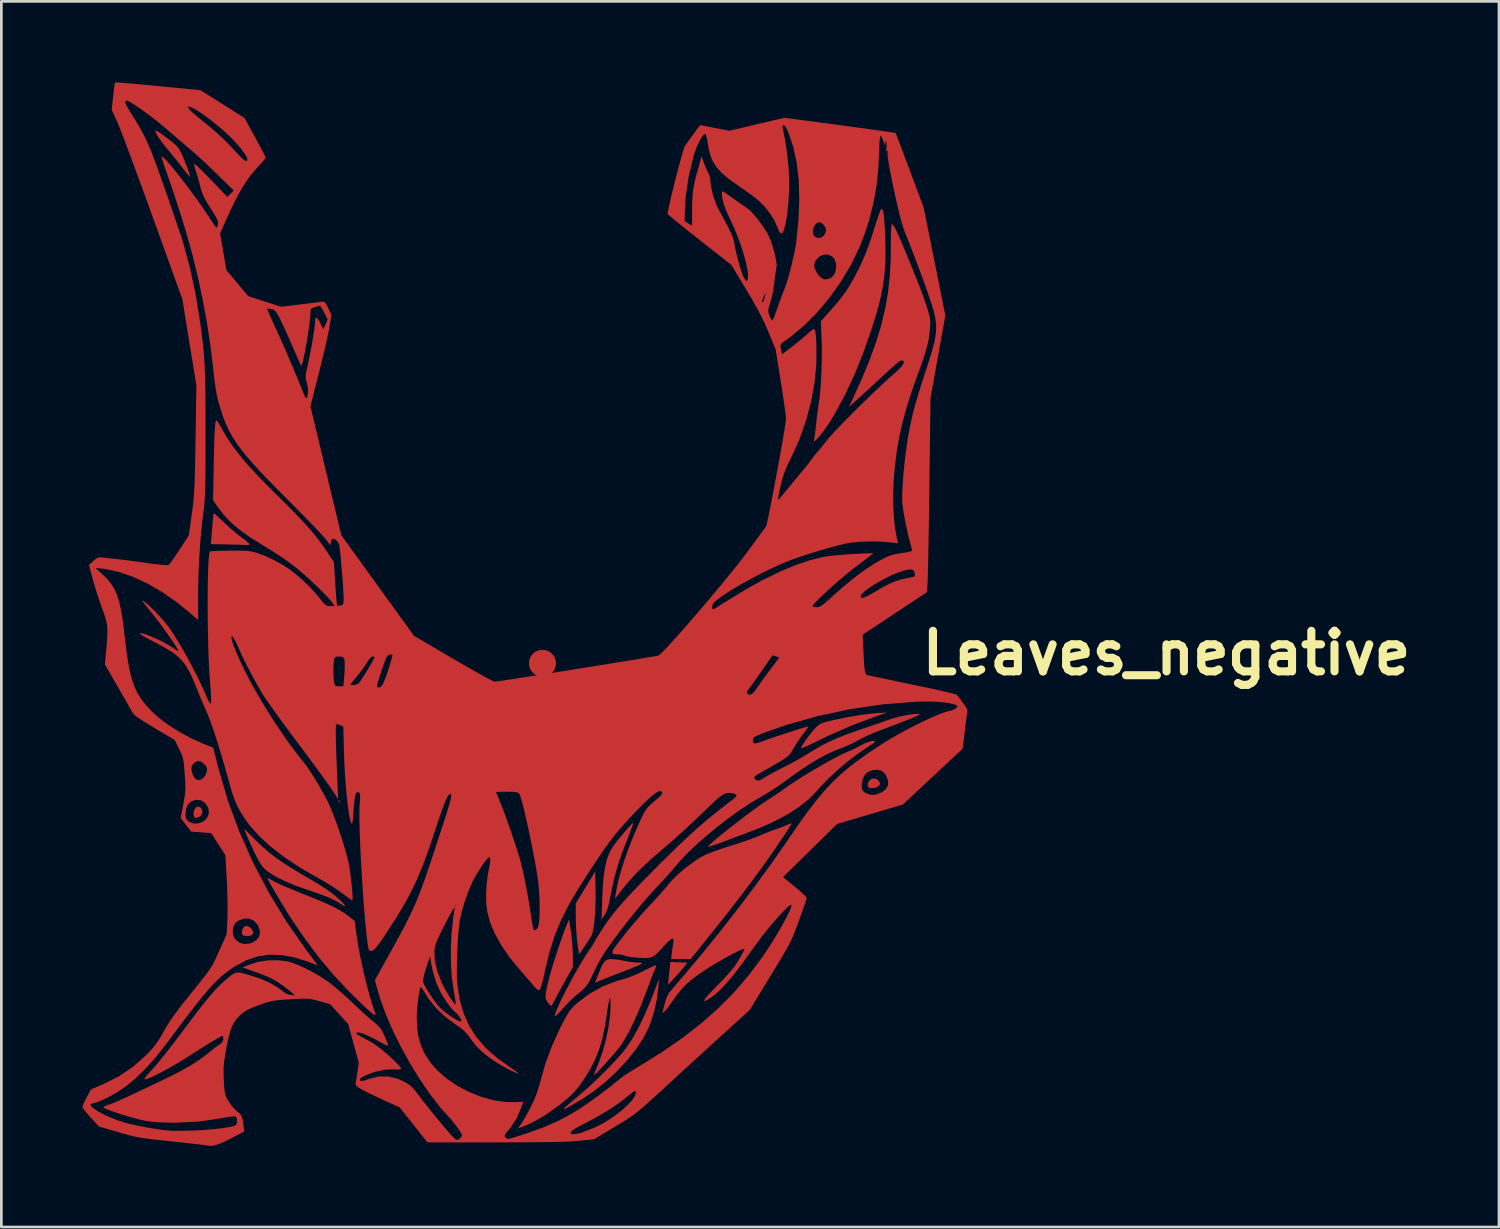
<source format=kicad_pcb>
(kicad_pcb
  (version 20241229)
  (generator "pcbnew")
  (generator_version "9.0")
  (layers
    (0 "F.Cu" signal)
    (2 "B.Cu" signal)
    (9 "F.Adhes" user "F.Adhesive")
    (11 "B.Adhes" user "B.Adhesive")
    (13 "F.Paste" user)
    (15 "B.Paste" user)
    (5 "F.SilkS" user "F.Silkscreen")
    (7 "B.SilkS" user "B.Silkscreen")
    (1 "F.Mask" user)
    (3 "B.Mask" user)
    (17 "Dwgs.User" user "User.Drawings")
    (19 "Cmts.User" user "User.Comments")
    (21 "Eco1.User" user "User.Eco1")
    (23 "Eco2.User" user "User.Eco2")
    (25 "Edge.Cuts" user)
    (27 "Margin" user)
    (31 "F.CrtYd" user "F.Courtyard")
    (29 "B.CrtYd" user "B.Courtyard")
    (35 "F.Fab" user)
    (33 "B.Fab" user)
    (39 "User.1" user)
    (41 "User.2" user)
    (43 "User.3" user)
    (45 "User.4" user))
  (footprint "Leaves_negative"
    (layer "F.Cu")
    (at 40.111 21.112)
    (property "Reference" "Leaves_negative" (at 0 0 0) (layer "F.SilkS") (effects (font (size 1.5 1.5) (thickness 0.3))))
    (attr board_only exclude_from_pos_files exclude_from_bom)
    (fp_poly (pts (xy -30.616 5.453) (xy -30.61 5.459) (xy -30.577 5.514) (xy -30.581 5.535) (xy -30.613 5.522) (xy -30.634 5.483) (xy -30.647 5.433)) (stroke (width 0) (type solid)) (fill yes) (layer "F.Cu"))
    (fp_poly (pts (xy -35.734 5.722) (xy -35.684 5.801) (xy -35.672 5.899) (xy -35.708 5.994) (xy -35.754 6.038) (xy -35.873 6.099) (xy -35.955 6.088) (xy -35.984 6.046) (xy -35.999 5.929) (xy -35.974 5.805) (xy -35.917 5.716) (xy -35.906 5.708) (xy -35.811 5.684)) (stroke (width 0) (type solid)) (fill yes) (layer "F.Cu"))
    (fp_poly (pts (xy -18.04 11.442) (xy -17.723 11.456) (xy -17.849 11.611) (xy -17.94 11.72) (xy -18.065 11.862) (xy -18.197 12.007) (xy -18.211 12.022) (xy -18.447 12.276) (xy -18.427 12.085) (xy -18.41 11.925) (xy -18.39 11.74) (xy -18.382 11.661) (xy -18.358 11.428)) (stroke (width 0) (type solid)) (fill yes) (layer "F.Cu"))
    (fp_poly (pts (xy -33.977 10.11) (xy -33.888 10.167) (xy -33.823 10.25) (xy -33.795 10.34) (xy -33.817 10.416) (xy -33.863 10.448) (xy -33.986 10.474) (xy -34.106 10.466) (xy -34.189 10.429) (xy -34.207 10.405) (xy -34.213 10.303) (xy -34.178 10.195) (xy -34.115 10.116) (xy -34.079 10.1)) (stroke (width 0) (type solid)) (fill yes) (layer "F.Cu"))
    (fp_poly (pts (xy -10.758 4.646) (xy -10.657 4.712) (xy -10.604 4.813) (xy -10.601 4.842) (xy -10.638 4.914) (xy -10.728 4.968) (xy -10.844 4.999) (xy -10.956 4.999) (xy -11.036 4.963) (xy -11.053 4.937) (xy -11.055 4.83) (xy -10.998 4.722) (xy -10.904 4.649) (xy -10.876 4.639)) (stroke (width 0) (type solid)) (fill yes) (layer "F.Cu"))
    (fp_poly (pts (xy -21.125 8.735) (xy -21.124 9.085) (xy -21.133 9.424) (xy -21.152 9.738) (xy -21.178 10.014) (xy -21.212 10.238) (xy -21.252 10.396) (xy -21.271 10.442) (xy -21.315 10.518) (xy -21.39 10.638) (xy -21.482 10.78) (xy -21.577 10.923) (xy -21.66 11.046) (xy -21.718 11.127) (xy -21.732 11.144) (xy -21.741 11.11) (xy -21.759 11.009) (xy -21.781 10.857) (xy -21.799 10.72) (xy -21.824 10.485) (xy -21.843 10.208) (xy -21.855 9.929) (xy -21.858 9.774) (xy -21.859 9.265) (xy -21.499 8.672) (xy -21.138 8.078)) (stroke (width 0) (type solid)) (fill yes) (layer "F.Cu"))
    (fp_poly (pts (xy -20.375 11.335) (xy -20.189 11.363) (xy -20.078 11.386) (xy -19.892 11.421) (xy -19.693 11.444) (xy -19.593 11.448) (xy -19.457 11.455) (xy -19.399 11.474) (xy -19.403 11.49) (xy -19.454 11.518) (xy -19.571 11.57) (xy -19.739 11.64) (xy -19.944 11.722) (xy -20.1 11.783) (xy -20.337 11.874) (xy -20.562 11.962) (xy -20.756 12.039) (xy -20.9 12.097) (xy -20.952 12.119) (xy -21.147 12.204) (xy -21.021 11.88) (xy -20.93 11.655) (xy -20.853 11.499) (xy -20.779 11.401) (xy -20.699 11.347) (xy -20.6 11.325) (xy -20.531 11.323)) (stroke (width 0) (type solid)) (fill yes) (layer "F.Cu"))
    (fp_poly (pts (xy -10.83 2.372) (xy -11.66 2.685) (xy -12.514 3.061) (xy -12.939 3.268) (xy -13.14 3.366) (xy -13.311 3.446) (xy -13.44 3.502) (xy -13.514 3.527) (xy -13.527 3.526) (xy -13.502 3.462) (xy -13.436 3.351) (xy -13.342 3.21) (xy -13.233 3.059) (xy -13.12 2.916) (xy -13.018 2.798) (xy -13.014 2.794) (xy -12.931 2.71) (xy -12.857 2.649) (xy -12.772 2.604) (xy -12.658 2.564) (xy -12.494 2.521) (xy -12.329 2.483) (xy -11.801 2.37) (xy -11.329 2.29) (xy -10.894 2.238) (xy -10.712 2.224) (xy -10.325 2.199)) (stroke (width 0) (type solid)) (fill yes) (layer "F.Cu"))
    (fp_poly (pts (xy -35.211 -5.146) (xy -35.125 -5.07) (xy -35.004 -4.958) (xy -34.86 -4.822) (xy -34.682 -4.657) (xy -34.49 -4.49) (xy -34.311 -4.344) (xy -34.209 -4.267) (xy -34.078 -4.169) (xy -33.978 -4.086) (xy -33.927 -4.033) (xy -33.923 -4.025) (xy -33.96 -4) (xy -34.04 -3.995) (xy -34.124 -4) (xy -34.274 -4.005) (xy -34.47 -4.011) (xy -34.693 -4.016) (xy -34.759 -4.018) (xy -35.361 -4.031) (xy -35.342 -4.231) (xy -35.33 -4.37) (xy -35.316 -4.557) (xy -35.301 -4.758) (xy -35.298 -4.802) (xy -35.284 -4.968) (xy -35.269 -5.095) (xy -35.254 -5.165) (xy -35.249 -5.173)) (stroke (width 0) (type solid)) (fill yes) (layer "F.Cu"))
    (fp_poly (pts (xy -37.347 -19.312) (xy -37.245 -19.246) (xy -37.106 -19.149) (xy -36.958 -19.039) (xy -36.783 -18.904) (xy -36.661 -18.8) (xy -36.575 -18.707) (xy -36.51 -18.608) (xy -36.448 -18.485) (xy -36.435 -18.456) (xy -36.356 -18.273) (xy -36.28 -18.085) (xy -36.214 -17.909) (xy -36.163 -17.762) (xy -36.135 -17.661) (xy -36.133 -17.623) (xy -36.164 -17.648) (xy -36.233 -17.728) (xy -36.331 -17.849) (xy -36.411 -17.953) (xy -36.559 -18.144) (xy -36.734 -18.363) (xy -36.906 -18.574) (xy -36.976 -18.658) (xy -37.138 -18.859) (xy -37.268 -19.036) (xy -37.361 -19.18) (xy -37.41 -19.281) (xy -37.411 -19.332) (xy -37.398 -19.336)) (stroke (width 0) (type solid)) (fill yes) (layer "F.Cu"))
    (fp_poly (pts (xy -19.742 6.332) (xy -19.779 6.441) (xy -19.838 6.601) (xy -19.914 6.801) (xy -19.985 6.98) (xy -20.159 7.433) (xy -20.298 7.841) (xy -20.41 8.232) (xy -20.504 8.634) (xy -20.569 8.968) (xy -20.62 9.226) (xy -20.67 9.419) (xy -20.725 9.564) (xy -20.782 9.668) (xy -20.904 9.859) (xy -20.881 9.117) (xy -20.86 8.65) (xy -20.826 8.257) (xy -20.777 7.927) (xy -20.71 7.649) (xy -20.622 7.412) (xy -20.513 7.207) (xy -20.431 7.088) (xy -20.311 6.934) (xy -20.18 6.772) (xy -20.048 6.615) (xy -19.925 6.476) (xy -19.825 6.367) (xy -19.757 6.301) (xy -19.733 6.289)) (stroke (width 0) (type solid)) (fill yes) (layer "F.Cu"))
    (fp_poly (pts (xy -18.808 12.423) (xy -18.859 12.813) (xy -18.951 13.231) (xy -19.075 13.636) (xy -19.163 13.863) (xy -19.363 14.256) (xy -19.632 14.663) (xy -19.959 15.073) (xy -20.333 15.473) (xy -20.741 15.853) (xy -21.173 16.2) (xy -21.618 16.501) (xy -21.707 16.555) (xy -21.93 16.686) (xy -22.091 16.778) (xy -22.198 16.836) (xy -22.263 16.866) (xy -22.295 16.872) (xy -22.304 16.859) (xy -22.305 16.858) (xy -22.274 16.825) (xy -22.188 16.749) (xy -22.06 16.639) (xy -21.9 16.504) (xy -21.806 16.426) (xy -21.516 16.177) (xy -21.212 15.901) (xy -20.91 15.611) (xy -20.621 15.321) (xy -20.36 15.045) (xy -20.14 14.795) (xy -19.987 14.604) (xy -19.768 14.275) (xy -19.543 13.872) (xy -19.318 13.407) (xy -19.098 12.89) (xy -19.015 12.679) (xy -18.781 12.064)) (stroke (width 0) (type solid)) (fill yes) (layer "F.Cu"))
    (fp_poly (pts (xy -33.677 6.95) (xy -33.439 7.176) (xy -33.2 7.383) (xy -32.944 7.58) (xy -32.657 7.779) (xy -32.324 7.99) (xy -31.93 8.225) (xy -31.888 8.249) (xy -31.564 8.438) (xy -31.302 8.597) (xy -31.09 8.735) (xy -30.913 8.86) (xy -30.76 8.981) (xy -30.617 9.108) (xy -30.585 9.137) (xy -30.462 9.26) (xy -30.398 9.338) (xy -30.394 9.369) (xy -30.451 9.347) (xy -30.552 9.284) (xy -30.7 9.191) (xy -30.864 9.105) (xy -31.06 9.019) (xy -31.302 8.926) (xy -31.606 8.822) (xy -31.739 8.777) (xy -32.213 8.61) (xy -32.624 8.44) (xy -32.967 8.268) (xy -33.236 8.099) (xy -33.331 8.025) (xy -33.431 7.925) (xy -33.526 7.796) (xy -33.626 7.622) (xy -33.736 7.4) (xy -33.833 7.194) (xy -33.925 6.992) (xy -34.001 6.82) (xy -34.044 6.716) (xy -34.13 6.499)) (stroke (width 0) (type solid)) (fill yes) (layer "F.Cu"))
    (fp_poly (pts (xy -22.093 9.88) (xy -22.086 9.947) (xy -22.07 10.077) (xy -22.046 10.248) (xy -22.029 10.368) (xy -22.001 10.613) (xy -21.979 10.887) (xy -21.967 11.142) (xy -21.967 11.204) (xy -21.965 11.616) (xy -22.261 12.144) (xy -22.377 12.354) (xy -22.487 12.554) (xy -22.579 12.726) (xy -22.642 12.849) (xy -22.651 12.867) (xy -22.709 12.977) (xy -22.754 13.046) (xy -22.769 13.058) (xy -22.808 13.026) (xy -22.874 12.952) (xy -22.888 12.935) (xy -22.937 12.863) (xy -22.967 12.791) (xy -22.976 12.7) (xy -22.964 12.575) (xy -22.932 12.401) (xy -22.88 12.17) (xy -22.836 11.993) (xy -22.776 11.779) (xy -22.703 11.537) (xy -22.622 11.279) (xy -22.536 11.014) (xy -22.448 10.753) (xy -22.362 10.508) (xy -22.283 10.287) (xy -22.213 10.103) (xy -22.155 9.965) (xy -22.115 9.884) (xy -22.095 9.87)) (stroke (width 0) (type solid)) (fill yes) (layer "F.Cu"))
    (fp_poly (pts (xy -33.228 8.334) (xy -33.139 8.381) (xy -33.049 8.435) (xy -32.949 8.487) (xy -32.785 8.563) (xy -32.571 8.657) (xy -32.32 8.762) (xy -32.048 8.873) (xy -31.909 8.928) (xy -31.516 9.086) (xy -31.192 9.221) (xy -30.925 9.341) (xy -30.706 9.451) (xy -30.521 9.556) (xy -30.361 9.661) (xy -30.24 9.752) (xy -30.04 9.91) (xy -29.963 10.473) (xy -29.909 10.823) (xy -29.835 11.214) (xy -29.748 11.627) (xy -29.651 12.045) (xy -29.548 12.448) (xy -29.445 12.818) (xy -29.346 13.136) (xy -29.278 13.325) (xy -29.266 13.386) (xy -29.299 13.391) (xy -29.38 13.34) (xy -29.513 13.23) (xy -29.699 13.059) (xy -29.709 13.05) (xy -30.307 12.461) (xy -30.853 11.872) (xy -31.362 11.262) (xy -31.852 10.61) (xy -32.337 9.902) (xy -32.455 9.719) (xy -32.586 9.51) (xy -32.722 9.287) (xy -32.857 9.062) (xy -32.984 8.848) (xy -33.095 8.654) (xy -33.184 8.495) (xy -33.244 8.381) (xy -33.268 8.324) (xy -33.268 8.32)) (stroke (width 0) (type solid)) (fill yes) (layer "F.Cu"))
    (fp_poly (pts (xy -10.8 3.258) (xy -10.79 3.267) (xy -10.806 3.311) (xy -10.865 3.354) (xy -10.934 3.396) (xy -11.057 3.477) (xy -11.216 3.586) (xy -11.398 3.712) (xy -11.446 3.746) (xy -11.779 3.997) (xy -12.122 4.285) (xy -12.453 4.588) (xy -12.749 4.888) (xy -12.945 5.11) (xy -13.229 5.402) (xy -13.59 5.689) (xy -14.019 5.966) (xy -14.508 6.229) (xy -15.049 6.471) (xy -15.371 6.596) (xy -15.638 6.695) (xy -15.937 6.807) (xy -16.23 6.918) (xy -16.442 6.999) (xy -16.634 7.07) (xy -16.794 7.124) (xy -16.907 7.157) (xy -16.96 7.164) (xy -16.962 7.162) (xy -16.929 7.117) (xy -16.837 7.029) (xy -16.696 6.906) (xy -16.516 6.756) (xy -16.304 6.585) (xy -16.072 6.402) (xy -15.829 6.213) (xy -15.584 6.026) (xy -15.347 5.849) (xy -15.127 5.688) (xy -14.934 5.552) (xy -14.778 5.448) (xy -14.721 5.413) (xy -14.587 5.329) (xy -14.413 5.212) (xy -14.226 5.082) (xy -14.129 5.011) (xy -13.9 4.852) (xy -13.627 4.673) (xy -13.323 4.484) (xy -13.004 4.293) (xy -12.685 4.109) (xy -12.382 3.94) (xy -12.109 3.797) (xy -11.882 3.687) (xy -11.772 3.641) (xy -11.606 3.568) (xy -11.423 3.477) (xy -11.329 3.426) (xy -11.157 3.339) (xy -11 3.279) (xy -10.875 3.25)) (stroke (width 0) (type solid)) (fill yes) (layer "F.Cu"))
    (fp_poly (pts (xy -10.509 -16.41) (xy -10.483 -16.341) (xy -10.462 -16.217) (xy -10.443 -16.031) (xy -10.427 -15.776) (xy -10.411 -15.446) (xy -10.408 -15.35) (xy -10.397 -14.836) (xy -10.409 -14.369) (xy -10.444 -13.93) (xy -10.508 -13.497) (xy -10.602 -13.052) (xy -10.73 -12.573) (xy -10.894 -12.041) (xy -10.902 -12.018) (xy -11.213 -11.127) (xy -11.542 -10.309) (xy -11.895 -9.554) (xy -12.276 -8.852) (xy -12.444 -8.571) (xy -12.552 -8.406) (xy -12.667 -8.245) (xy -12.781 -8.096) (xy -12.885 -7.972) (xy -12.97 -7.883) (xy -13.026 -7.839) (xy -13.046 -7.85) (xy -13.043 -7.866) (xy -13.031 -7.938) (xy -13.012 -8.076) (xy -12.989 -8.262) (xy -12.963 -8.479) (xy -12.956 -8.544) (xy -12.931 -8.767) (xy -12.907 -8.965) (xy -12.887 -9.12) (xy -12.873 -9.214) (xy -12.87 -9.227) (xy -12.844 -9.383) (xy -12.82 -9.607) (xy -12.798 -9.881) (xy -12.78 -10.19) (xy -12.765 -10.516) (xy -12.756 -10.843) (xy -12.751 -11.153) (xy -12.754 -11.43) (xy -12.759 -11.576) (xy -12.792 -12.276) (xy -12.41 -12.7) (xy -12.243 -12.893) (xy -12.075 -13.099) (xy -11.925 -13.294) (xy -11.82 -13.442) (xy -11.576 -13.851) (xy -11.34 -14.311) (xy -11.129 -14.79) (xy -10.959 -15.253) (xy -10.938 -15.317) (xy -10.833 -15.652) (xy -10.749 -15.915) (xy -10.683 -16.113) (xy -10.634 -16.255) (xy -10.597 -16.35) (xy -10.569 -16.405) (xy -10.549 -16.429) (xy -10.539 -16.432)) (stroke (width 0) (type solid)) (fill yes) (layer "F.Cu"))
    (fp_poly (pts (xy -13.888 6.34) (xy -13.949 6.438) (xy -14.041 6.582) (xy -14.155 6.758) (xy -14.222 6.859) (xy -14.526 7.308) (xy -14.879 7.809) (xy -15.275 8.351) (xy -15.705 8.923) (xy -16.162 9.515) (xy -16.637 10.116) (xy -16.694 10.188) (xy -17.604 11.322) (xy -17.967 11.322) (xy -18.33 11.322) (xy -18.303 11.099) (xy -18.282 10.934) (xy -18.258 10.773) (xy -18.249 10.718) (xy -18.241 10.61) (xy -18.266 10.565) (xy -18.328 10.585) (xy -18.43 10.67) (xy -18.577 10.823) (xy -18.605 10.853) (xy -18.769 11.031) (xy -18.896 11.154) (xy -19.006 11.232) (xy -19.119 11.273) (xy -19.253 11.286) (xy -19.429 11.281) (xy -19.506 11.276) (xy -19.697 11.26) (xy -19.868 11.238) (xy -19.993 11.213) (xy -20.028 11.202) (xy -20.162 11.164) (xy -20.282 11.149) (xy -20.394 11.145) (xy -20.47 11.131) (xy -20.506 11.1) (xy -20.501 11.042) (xy -20.452 10.949) (xy -20.357 10.813) (xy -20.214 10.624) (xy -20.096 10.472) (xy -19.897 10.224) (xy -19.669 9.951) (xy -19.435 9.681) (xy -19.218 9.441) (xy -19.133 9.35) (xy -18.95 9.155) (xy -18.769 8.956) (xy -18.608 8.773) (xy -18.482 8.623) (xy -18.44 8.569) (xy -18.273 8.379) (xy -18.053 8.167) (xy -17.8 7.953) (xy -17.537 7.753) (xy -17.285 7.585) (xy -17.11 7.487) (xy -16.968 7.425) (xy -16.765 7.347) (xy -16.523 7.26) (xy -16.263 7.174) (xy -16.092 7.12) (xy -15.832 7.038) (xy -15.576 6.952) (xy -15.345 6.87) (xy -15.161 6.8) (xy -15.075 6.763) (xy -14.89 6.682) (xy -14.696 6.605) (xy -14.545 6.551) (xy -14.361 6.487) (xy -14.166 6.411) (xy -14.089 6.378) (xy -13.969 6.329) (xy -13.889 6.301) (xy -13.866 6.3)) (stroke (width 0) (type solid)) (fill yes) (layer "F.Cu"))
    (fp_poly (pts (xy -18.886 11.596) (xy -18.921 11.683) (xy -18.924 11.689) (xy -18.958 11.767) (xy -19.015 11.91) (xy -19.089 12.101) (xy -19.174 12.326) (xy -19.25 12.53) (xy -19.464 13.085) (xy -19.68 13.582) (xy -19.892 14.014) (xy -20.097 14.373) (xy -20.17 14.486) (xy -20.247 14.59) (xy -20.355 14.723) (xy -20.483 14.876) (xy -20.624 15.037) (xy -20.767 15.196) (xy -20.904 15.344) (xy -21.023 15.469) (xy -21.118 15.562) (xy -21.176 15.612) (xy -21.191 15.608) (xy -21.189 15.605) (xy -21.163 15.539) (xy -21.113 15.416) (xy -21.048 15.257) (xy -21.011 15.165) (xy -20.868 14.761) (xy -20.745 14.313) (xy -20.65 13.855) (xy -20.591 13.421) (xy -20.577 13.241) (xy -20.57 13.034) (xy -20.572 12.878) (xy -20.581 12.785) (xy -20.593 12.764) (xy -20.612 12.803) (xy -20.638 12.912) (xy -20.668 13.073) (xy -20.697 13.273) (xy -20.704 13.325) (xy -20.783 13.843) (xy -20.881 14.294) (xy -21.004 14.699) (xy -21.158 15.075) (xy -21.349 15.44) (xy -21.516 15.71) (xy -21.673 15.942) (xy -21.819 16.133) (xy -21.972 16.302) (xy -22.151 16.469) (xy -22.373 16.652) (xy -22.504 16.754) (xy -22.993 17.101) (xy -23.463 17.369) (xy -23.787 17.513) (xy -23.914 17.561) (xy -23.974 17.577) (xy -23.981 17.563) (xy -23.954 17.527) (xy -23.878 17.421) (xy -23.778 17.258) (xy -23.665 17.06) (xy -23.552 16.847) (xy -23.448 16.64) (xy -23.367 16.459) (xy -23.364 16.451) (xy -23.285 16.242) (xy -23.209 16.002) (xy -23.153 15.795) (xy -22.988 15.212) (xy -22.762 14.596) (xy -22.481 13.965) (xy -22.283 13.574) (xy -22.163 13.361) (xy -22.053 13.2) (xy -21.931 13.064) (xy -21.796 12.941) (xy -21.334 12.596) (xy -20.848 12.327) (xy -20.322 12.126) (xy -20.082 12.06) (xy -19.92 12.009) (xy -19.714 11.928) (xy -19.495 11.831) (xy -19.346 11.758) (xy -19.171 11.671) (xy -19.025 11.602) (xy -18.924 11.559) (xy -18.883 11.549)) (stroke (width 0) (type solid)) (fill yes) (layer "F.Cu"))
    (fp_poly (pts (xy -38.738 -21.105) (xy -38.553 -21.091) (xy -38.311 -21.071) (xy -38.022 -21.045) (xy -37.696 -21.015) (xy -37.342 -20.981) (xy -37.314 -20.978) (xy -35.743 -20.825) (xy -34.93 -20.312) (xy -34.116 -19.8) (xy -33.723 -19.082) (xy -33.601 -18.858) (xy -33.494 -18.659) (xy -33.409 -18.497) (xy -33.352 -18.384) (xy -33.33 -18.332) (xy -33.33 -18.331) (xy -33.357 -18.289) (xy -33.431 -18.198) (xy -33.542 -18.072) (xy -33.677 -17.923) (xy -33.687 -17.913) (xy -33.872 -17.697) (xy -34.049 -17.454) (xy -34.225 -17.174) (xy -34.406 -16.845) (xy -34.599 -16.457) (xy -34.808 -16.001) (xy -35.018 -15.528) (xy -34.901 -14.848) (xy -34.784 -14.168) (xy -34.381 -13.687) (xy -33.977 -13.205) (xy -33.367 -13.008) (xy -32.757 -12.811) (xy -32.1 -12.891) (xy -31.86 -12.921) (xy -31.639 -12.948) (xy -31.454 -12.972) (xy -31.326 -12.989) (xy -31.291 -12.994) (xy -31.208 -13.003) (xy -31.153 -12.988) (xy -31.105 -12.933) (xy -31.048 -12.824) (xy -31.019 -12.765) (xy -30.899 -12.514) (xy -30.973 -12.056) (xy -31.003 -11.894) (xy -31.052 -11.665) (xy -31.114 -11.385) (xy -31.188 -11.071) (xy -31.269 -10.737) (xy -31.353 -10.399) (xy -31.362 -10.364) (xy -31.676 -9.131) (xy -31.105 -6.745) (xy -30.533 -4.36) (xy -30.267 -3.991) (xy -30.184 -3.876) (xy -30.059 -3.703) (xy -29.897 -3.479) (xy -29.707 -3.215) (xy -29.494 -2.921) (xy -29.265 -2.605) (xy -29.029 -2.277) (xy -28.923 -2.13) (xy -27.845 -0.638) (xy -26.396 0.211) (xy -26.075 0.398) (xy -25.774 0.571) (xy -25.502 0.725) (xy -25.267 0.855) (xy -25.078 0.957) (xy -24.942 1.026) (xy -24.869 1.058) (xy -24.861 1.06) (xy -24.803 1.054) (xy -24.669 1.035) (xy -24.468 1.005) (xy -24.209 0.965) (xy -23.899 0.917) (xy -23.546 0.862) (xy -23.16 0.802) (xy -22.748 0.737) (xy -22.318 0.669) (xy -21.88 0.599) (xy -21.44 0.529) (xy -21.008 0.459) (xy -20.591 0.392) (xy -20.199 0.329) (xy -19.838 0.27) (xy -19.518 0.217) (xy -19.247 0.172) (xy -19.033 0.136) (xy -18.884 0.11) (xy -18.808 0.095) (xy -18.802 0.094) (xy -18.744 0.051) (xy -18.638 -0.05) (xy -18.49 -0.204) (xy -18.307 -0.402) (xy -18.095 -0.638) (xy -17.858 -0.904) (xy -17.604 -1.195) (xy -17.338 -1.503) (xy -17.172 -1.697) (xy -16.815 -1.697) (xy -16.8 -1.627) (xy -16.773 -1.611) (xy -16.734 -1.633) (xy -16.636 -1.692) (xy -16.494 -1.782) (xy -16.318 -1.893) (xy -16.234 -1.946) (xy -15.569 -2.353) (xy -14.928 -2.707) (xy -14.316 -3.006) (xy -13.741 -3.249) (xy -13.206 -3.431) (xy -12.717 -3.551) (xy -12.552 -3.579) (xy -12.39 -3.599) (xy -12.189 -3.619) (xy -11.963 -3.638) (xy -11.726 -3.656) (xy -11.491 -3.671) (xy -11.274 -3.682) (xy -11.088 -3.689) (xy -10.948 -3.691) (xy -10.868 -3.687) (xy -10.855 -3.679) (xy -10.895 -3.648) (xy -10.991 -3.575) (xy -11.131 -3.468) (xy -11.306 -3.336) (xy -11.47 -3.213) (xy -11.651 -3.072) (xy -11.854 -2.907) (xy -12.07 -2.725) (xy -12.288 -2.535) (xy -12.498 -2.346) (xy -12.692 -2.168) (xy -12.859 -2.009) (xy -12.99 -1.877) (xy -13.074 -1.782) (xy -13.103 -1.734) (xy -13.065 -1.709) (xy -12.973 -1.697) (xy -12.951 -1.696) (xy -12.886 -1.702) (xy -12.819 -1.725) (xy -12.738 -1.775) (xy -12.631 -1.858) (xy -12.486 -1.984) (xy -12.368 -2.091) (xy -11.322 -2.091) (xy -11.296 -2.043) (xy -11.217 -2.046) (xy -11.08 -2.101) (xy -10.882 -2.209) (xy -10.809 -2.253) (xy -10.499 -2.435) (xy -10.237 -2.571) (xy -10.006 -2.667) (xy -9.789 -2.732) (xy -9.653 -2.76) (xy -9.5 -2.789) (xy -9.38 -2.817) (xy -9.319 -2.839) (xy -9.317 -2.841) (xy -9.306 -2.897) (xy -9.328 -2.988) (xy -9.364 -3.062) (xy -9.417 -3.091) (xy -9.514 -3.09) (xy -9.555 -3.086) (xy -9.723 -3.05) (xy -9.927 -2.981) (xy -10.155 -2.885) (xy -10.394 -2.769) (xy -10.63 -2.642) (xy -10.851 -2.511) (xy -11.044 -2.382) (xy -11.195 -2.263) (xy -11.292 -2.161) (xy -11.322 -2.091) (xy -12.368 -2.091) (xy -12.304 -2.149) (xy -11.893 -2.51) (xy -11.489 -2.836) (xy -11.103 -3.118) (xy -10.747 -3.347) (xy -10.547 -3.459) (xy -10.341 -3.56) (xy -10.168 -3.626) (xy -9.993 -3.669) (xy -9.795 -3.698) (xy -9.619 -3.725) (xy -9.489 -3.754) (xy -9.421 -3.782) (xy -9.414 -3.791) (xy -9.426 -3.856) (xy -9.456 -3.97) (xy -9.477 -4.044) (xy -9.534 -4.254) (xy -9.595 -4.516) (xy -9.655 -4.804) (xy -9.709 -5.091) (xy -9.751 -5.35) (xy -9.776 -5.554) (xy -9.776 -5.555) (xy -9.782 -5.737) (xy -9.776 -5.986) (xy -9.759 -6.286) (xy -9.734 -6.621) (xy -9.7 -6.974) (xy -9.66 -7.329) (xy -9.615 -7.67) (xy -9.582 -7.885) (xy -9.524 -8.218) (xy -9.461 -8.532) (xy -9.389 -8.846) (xy -9.303 -9.174) (xy -9.199 -9.533) (xy -9.073 -9.938) (xy -8.921 -10.407) (xy -8.92 -10.41) (xy -8.785 -10.823) (xy -8.678 -11.17) (xy -8.599 -11.466) (xy -8.548 -11.724) (xy -8.524 -11.959) (xy -8.528 -12.185) (xy -8.559 -12.417) (xy -8.618 -12.668) (xy -8.704 -12.953) (xy -8.818 -13.286) (xy -8.903 -13.527) (xy -9.027 -13.87) (xy -9.168 -14.249) (xy -9.316 -14.642) (xy -9.462 -15.023) (xy -9.598 -15.37) (xy -9.709 -15.647) (xy -9.756 -15.781) (xy -9.812 -15.976) (xy -9.875 -16.22) (xy -9.943 -16.499) (xy -10.013 -16.801) (xy -10.082 -17.113) (xy -10.147 -17.424) (xy -10.206 -17.719) (xy -10.255 -17.988) (xy -10.294 -18.216) (xy -10.317 -18.392) (xy -10.324 -18.502) (xy -10.322 -18.523) (xy -10.311 -18.595) (xy -10.328 -18.592) (xy -10.343 -18.573) (xy -10.368 -18.555) (xy -10.373 -18.604) (xy -10.362 -18.705) (xy -10.355 -18.847) (xy -10.376 -18.924) (xy -10.383 -18.93) (xy -10.413 -18.921) (xy -10.412 -18.835) (xy -10.41 -18.819) (xy -10.408 -18.772) (xy -10.428 -18.805) (xy -10.466 -18.912) (xy -10.513 -19.038) (xy -10.557 -19.122) (xy -10.582 -19.145) (xy -10.598 -19.105) (xy -10.613 -18.995) (xy -10.625 -18.828) (xy -10.632 -18.62) (xy -10.632 -18.615) (xy -10.662 -17.93) (xy -10.729 -17.295) (xy -10.837 -16.682) (xy -10.992 -16.065) (xy -11.117 -15.654) (xy -11.362 -15.007) (xy -11.674 -14.368) (xy -12.043 -13.747) (xy -12.461 -13.157) (xy -12.919 -12.609) (xy -13.408 -12.116) (xy -13.919 -11.689) (xy -14.204 -11.488) (xy -14.266 -11.438) (xy -14.287 -11.38) (xy -14.275 -11.28) (xy -14.266 -11.238) (xy -14.227 -11.055) (xy -13.887 -11.312) (xy -13.702 -11.456) (xy -13.505 -11.617) (xy -13.332 -11.765) (xy -13.286 -11.806) (xy -13.176 -11.906) (xy -13.097 -11.969) (xy -13.043 -11.987) (xy -13.008 -11.953) (xy -12.987 -11.858) (xy -12.972 -11.697) (xy -12.959 -11.46) (xy -12.955 -11.385) (xy -12.955 -10.721) (xy -13.02 -10.026) (xy -13.148 -9.316) (xy -13.335 -8.609) (xy -13.576 -7.922) (xy -13.869 -7.271) (xy -13.873 -7.262) (xy -14.003 -7) (xy -14.099 -6.785) (xy -14.172 -6.589) (xy -14.232 -6.385) (xy -14.286 -6.161) (xy -14.327 -5.968) (xy -14.357 -5.811) (xy -14.372 -5.705) (xy -14.37 -5.664) (xy -14.369 -5.665) (xy -14.332 -5.703) (xy -14.251 -5.796) (xy -14.136 -5.932) (xy -13.997 -6.1) (xy -13.887 -6.233) (xy -13.735 -6.42) (xy -13.598 -6.586) (xy -13.487 -6.719) (xy -13.413 -6.807) (xy -13.388 -6.836) (xy -13.338 -6.896) (xy -13.256 -7.003) (xy -13.158 -7.134) (xy -13.15 -7.145) (xy -13.053 -7.275) (xy -12.97 -7.38) (xy -12.919 -7.439) (xy -12.916 -7.442) (xy -12.871 -7.492) (xy -12.788 -7.592) (xy -12.679 -7.729) (xy -12.588 -7.846) (xy -12.475 -7.98) (xy -12.309 -8.163) (xy -12.101 -8.383) (xy -11.859 -8.632) (xy -11.594 -8.9) (xy -11.315 -9.177) (xy -11.031 -9.453) (xy -10.754 -9.719) (xy -10.492 -9.965) (xy -10.255 -10.182) (xy -10.124 -10.298) (xy -9.927 -10.476) (xy -9.796 -10.612) (xy -9.728 -10.711) (xy -9.717 -10.779) (xy -9.761 -10.823) (xy -9.773 -10.828) (xy -9.804 -10.829) (xy -9.852 -10.808) (xy -9.922 -10.76) (xy -10.023 -10.678) (xy -10.162 -10.557) (xy -10.345 -10.391) (xy -10.58 -10.174) (xy -10.666 -10.094) (xy -10.824 -9.947) (xy -11.018 -9.769) (xy -11.22 -9.586) (xy -11.355 -9.463) (xy -11.747 -9.11) (xy -11.592 -9.442) (xy -11.259 -10.181) (xy -10.978 -10.866) (xy -10.745 -11.511) (xy -10.558 -12.126) (xy -10.414 -12.724) (xy -10.309 -13.317) (xy -10.241 -13.916) (xy -10.207 -14.533) (xy -10.202 -14.99) (xy -10.201 -15.294) (xy -10.196 -15.541) (xy -10.187 -15.724) (xy -10.175 -15.834) (xy -10.163 -15.866) (xy -10.134 -15.858) (xy -10.09 -15.801) (xy -10.028 -15.69) (xy -9.946 -15.519) (xy -9.842 -15.283) (xy -9.713 -14.977) (xy -9.596 -14.693) (xy -9.443 -14.319) (xy -9.318 -14.012) (xy -9.217 -13.76) (xy -9.135 -13.55) (xy -9.067 -13.372) (xy -9.009 -13.214) (xy -8.956 -13.063) (xy -8.904 -12.909) (xy -8.878 -12.827) (xy -8.811 -12.618) (xy -8.769 -12.462) (xy -8.747 -12.334) (xy -8.741 -12.208) (xy -8.748 -12.057) (xy -8.752 -12) (xy -8.773 -11.782) (xy -8.808 -11.568) (xy -8.861 -11.34) (xy -8.935 -11.084) (xy -9.035 -10.782) (xy -9.166 -10.42) (xy -9.17 -10.41) (xy -9.406 -9.745) (xy -9.602 -9.136) (xy -9.76 -8.565) (xy -9.885 -8.016) (xy -9.98 -7.474) (xy -10.05 -6.92) (xy -10.095 -6.384) (xy -10.113 -5.952) (xy -10.112 -5.517) (xy -10.093 -5.098) (xy -10.058 -4.717) (xy -10.008 -4.392) (xy -9.99 -4.31) (xy -9.932 -4.062) (xy -10.256 -4.098) (xy -10.58 -4.122) (xy -10.934 -4.129) (xy -11.287 -4.119) (xy -11.606 -4.093) (xy -11.746 -4.073) (xy -11.944 -4.032) (xy -12.205 -3.967) (xy -12.51 -3.884) (xy -12.842 -3.788) (xy -13.182 -3.684) (xy -13.514 -3.576) (xy -13.81 -3.475) (xy -14.081 -3.37) (xy -14.381 -3.24) (xy -14.7 -3.091) (xy -15.028 -2.928) (xy -15.355 -2.756) (xy -15.672 -2.582) (xy -15.968 -2.41) (xy -16.234 -2.247) (xy -16.46 -2.097) (xy -16.635 -1.966) (xy -16.751 -1.861) (xy -16.793 -1.799) (xy -16.815 -1.697) (xy -17.172 -1.697) (xy -17.067 -1.821) (xy -16.796 -2.142) (xy -16.531 -2.459) (xy -16.278 -2.766) (xy -16.044 -3.054) (xy -15.833 -3.318) (xy -15.653 -3.551) (xy -15.571 -3.661) (xy -15.385 -3.912) (xy -15.214 -4.143) (xy -15.065 -4.346) (xy -14.944 -4.511) (xy -14.859 -4.627) (xy -14.818 -4.685) (xy -14.817 -4.686) (xy -14.799 -4.743) (xy -14.768 -4.873) (xy -14.727 -5.067) (xy -14.677 -5.313) (xy -14.62 -5.602) (xy -14.558 -5.924) (xy -14.493 -6.267) (xy -14.426 -6.623) (xy -14.36 -6.981) (xy -14.297 -7.33) (xy -14.239 -7.661) (xy -14.186 -7.963) (xy -14.142 -8.226) (xy -14.108 -8.44) (xy -14.086 -8.594) (xy -14.078 -8.679) (xy -14.078 -8.68) (xy -14.085 -8.756) (xy -14.103 -8.904) (xy -14.132 -9.112) (xy -14.169 -9.367) (xy -14.212 -9.657) (xy -14.261 -9.971) (xy -14.269 -10.021) (xy -14.46 -11.227) (xy -14.729 -11.879) (xy -14.857 -12.175) (xy -15 -12.472) (xy -15.167 -12.787) (xy -15.287 -12.998) (xy -14.968 -12.998) (xy -14.949 -12.983) (xy -14.927 -13) (xy -14.892 -13.068) (xy -14.863 -13.177) (xy -14.861 -13.189) (xy -14.837 -13.336) (xy -14.903 -13.193) (xy -14.952 -13.072) (xy -14.968 -12.998) (xy -15.287 -12.998) (xy -15.367 -13.139) (xy -15.547 -13.442) (xy -16.096 -14.354) (xy -17.259 -15.27) (xy -17.532 -15.486) (xy -17.784 -15.687) (xy -18.008 -15.867) (xy -18.152 -15.985) (xy -17.831 -15.985) (xy -17.693 -15.897) (xy -17.555 -15.808) (xy -17.555 -16.377) (xy -17.55 -16.724) (xy -17.53 -17.015) (xy -17.493 -17.278) (xy -17.435 -17.543) (xy -17.386 -17.725) (xy -17.335 -17.903) (xy -17.286 -18.082) (xy -17.257 -18.191) (xy -17.207 -18.382) (xy -17.111 -18.119) (xy -17.05 -17.963) (xy -16.988 -17.826) (xy -16.946 -17.749) (xy -16.899 -17.634) (xy -16.877 -17.495) (xy -16.877 -17.479) (xy -16.858 -17.288) (xy -16.809 -17.053) (xy -16.736 -16.805) (xy -16.65 -16.573) (xy -16.575 -16.416) (xy -16.386 -16.071) (xy -16.239 -15.792) (xy -16.13 -15.572) (xy -16.057 -15.405) (xy -16.017 -15.283) (xy -16.008 -15.244) (xy -15.969 -15.027) (xy -15.916 -14.786) (xy -15.854 -14.541) (xy -15.789 -14.308) (xy -15.726 -14.105) (xy -15.669 -13.951) (xy -15.625 -13.865) (xy -15.561 -13.783) (xy -15.528 -13.764) (xy -15.506 -13.802) (xy -15.499 -13.824) (xy -15.484 -13.964) (xy -15.504 -14.168) (xy -15.555 -14.423) (xy -15.633 -14.718) (xy -15.734 -15.041) (xy -15.856 -15.378) (xy -15.994 -15.719) (xy -16.146 -16.051) (xy -16.187 -16.135) (xy -16.269 -16.313) (xy -16.344 -16.495) (xy -16.393 -16.643) (xy -16.394 -16.644) (xy -16.429 -16.801) (xy -16.449 -16.942) (xy -16.451 -17.044) (xy -16.432 -17.088) (xy -16.429 -17.089) (xy -16.388 -17.066) (xy -16.292 -17.002) (xy -16.158 -16.909) (xy -16.021 -16.812) (xy -15.853 -16.693) (xy -15.7 -16.586) (xy -15.581 -16.504) (xy -15.525 -16.468) (xy -15.41 -16.375) (xy -15.269 -16.225) (xy -15.115 -16.038) (xy -14.962 -15.832) (xy -14.825 -15.624) (xy -14.719 -15.434) (xy -14.709 -15.414) (xy -14.643 -15.255) (xy -14.578 -15.062) (xy -14.519 -14.855) (xy -14.471 -14.652) (xy -14.438 -14.473) (xy -14.423 -14.335) (xy -14.433 -14.257) (xy -14.434 -14.256) (xy -14.446 -14.202) (xy -14.464 -14.083) (xy -14.486 -13.917) (xy -14.503 -13.758) (xy -14.535 -13.525) (xy -14.579 -13.283) (xy -14.63 -13.07) (xy -14.657 -12.978) (xy -14.709 -12.816) (xy -14.735 -12.708) (xy -14.736 -12.627) (xy -14.716 -12.545) (xy -14.692 -12.48) (xy -14.644 -12.371) (xy -14.603 -12.306) (xy -14.59 -12.297) (xy -14.565 -12.335) (xy -14.519 -12.438) (xy -14.461 -12.589) (xy -14.395 -12.774) (xy -14.32 -12.989) (xy -14.243 -13.198) (xy -14.175 -13.375) (xy -14.135 -13.474) (xy -14.076 -13.631) (xy -14.008 -13.851) (xy -13.935 -14.113) (xy -13.871 -14.366) (xy -13.038 -14.366) (xy -13.031 -14.272) (xy -13 -14.185) (xy -12.916 -14.035) (xy -12.81 -13.912) (xy -12.7 -13.838) (xy -12.641 -13.824) (xy -12.537 -13.839) (xy -12.448 -13.865) (xy -12.333 -13.95) (xy -12.258 -14.088) (xy -12.223 -14.254) (xy -12.233 -14.426) (xy -12.29 -14.578) (xy -12.369 -14.671) (xy -12.52 -14.741) (xy -12.683 -14.741) (xy -12.837 -14.676) (xy -12.96 -14.554) (xy -13.001 -14.478) (xy -13.038 -14.366) (xy -13.871 -14.366) (xy -13.863 -14.397) (xy -13.798 -14.681) (xy -13.743 -14.944) (xy -13.705 -15.167) (xy -13.701 -15.202) (xy -13.655 -15.654) (xy -13.087 -15.654) (xy -13.082 -15.513) (xy -13.018 -15.41) (xy -12.916 -15.358) (xy -12.796 -15.366) (xy -12.68 -15.443) (xy -12.616 -15.547) (xy -12.594 -15.642) (xy -12.624 -15.751) (xy -12.699 -15.857) (xy -12.792 -15.929) (xy -12.849 -15.944) (xy -12.947 -15.905) (xy -13.032 -15.803) (xy -13.086 -15.658) (xy -13.087 -15.654) (xy -13.655 -15.654) (xy -13.618 -16.023) (xy -13.588 -16.79) (xy -13.61 -17.499) (xy -13.686 -18.15) (xy -13.814 -18.738) (xy -13.994 -19.262) (xy -14.022 -19.329) (xy -14.088 -19.456) (xy -14.146 -19.527) (xy -14.174 -19.536) (xy -14.213 -19.485) (xy -14.212 -19.458) (xy -14.151 -19.179) (xy -14.092 -18.845) (xy -14.04 -18.485) (xy -13.999 -18.128) (xy -13.987 -18.001) (xy -13.965 -17.58) (xy -13.966 -17.132) (xy -13.989 -16.683) (xy -14.032 -16.261) (xy -14.093 -15.89) (xy -14.103 -15.848) (xy -14.155 -15.655) (xy -14.206 -15.545) (xy -14.26 -15.518) (xy -14.317 -15.574) (xy -14.38 -15.713) (xy -14.391 -15.742) (xy -14.517 -16.018) (xy -14.699 -16.303) (xy -14.914 -16.567) (xy -15.108 -16.753) (xy -15.247 -16.864) (xy -15.434 -17.002) (xy -15.643 -17.152) (xy -15.852 -17.296) (xy -15.859 -17.301) (xy -16.187 -17.534) (xy -16.444 -17.75) (xy -16.639 -17.963) (xy -16.783 -18.186) (xy -16.884 -18.43) (xy -16.952 -18.71) (xy -16.973 -18.847) (xy -17.002 -19.018) (xy -17.033 -19.142) (xy -17.062 -19.205) (xy -17.07 -19.209) (xy -17.13 -19.171) (xy -17.207 -19.069) (xy -17.292 -18.919) (xy -17.377 -18.737) (xy -17.453 -18.539) (xy -17.483 -18.446) (xy -17.679 -17.651) (xy -17.792 -16.867) (xy -17.822 -16.357) (xy -17.831 -15.985) (xy -18.152 -15.985) (xy -18.195 -16.02) (xy -18.338 -16.138) (xy -18.428 -16.216) (xy -18.458 -16.245) (xy -18.455 -16.297) (xy -18.433 -16.418) (xy -18.395 -16.596) (xy -18.344 -16.818) (xy -18.283 -17.073) (xy -18.216 -17.346) (xy -18.144 -17.627) (xy -18.073 -17.902) (xy -18.004 -18.159) (xy -17.942 -18.386) (xy -17.888 -18.57) (xy -17.847 -18.698) (xy -17.823 -18.755) (xy -17.784 -18.812) (xy -17.708 -18.919) (xy -17.606 -19.061) (xy -17.523 -19.173) (xy -17.258 -19.535) (xy -16.718 -19.429) (xy -16.177 -19.323) (xy -15.159 -19.563) (xy -14.142 -19.804) (xy -12.093 -19.532) (xy -11.686 -19.477) (xy -11.305 -19.426) (xy -10.959 -19.378) (xy -10.655 -19.336) (xy -10.402 -19.3) (xy -10.207 -19.272) (xy -10.08 -19.252) (xy -10.027 -19.243) (xy -10.026 -19.242) (xy -10.008 -19.2) (xy -9.964 -19.087) (xy -9.897 -18.913) (xy -9.811 -18.688) (xy -9.71 -18.419) (xy -9.597 -18.117) (xy -9.497 -17.85) (xy -8.985 -16.474) (xy -8.584 -14.482) (xy -8.184 -12.491) (xy -8.458 -10.963) (xy -8.733 -9.435) (xy -8.78 -5.852) (xy -8.789 -5.197) (xy -8.797 -4.622) (xy -8.805 -4.123) (xy -8.813 -3.694) (xy -8.82 -3.332) (xy -8.828 -3.03) (xy -8.835 -2.785) (xy -8.843 -2.592) (xy -8.851 -2.446) (xy -8.86 -2.342) (xy -8.869 -2.276) (xy -8.879 -2.242) (xy -8.884 -2.237) (xy -8.932 -2.206) (xy -9.041 -2.135) (xy -9.204 -2.028) (xy -9.411 -1.891) (xy -9.653 -1.731) (xy -9.921 -1.553) (xy -10.091 -1.441) (xy -11.243 -0.677) (xy -11.217 -0.116) (xy -11.202 0.185) (xy -11.189 0.412) (xy -11.174 0.576) (xy -11.156 0.688) (xy -11.134 0.758) (xy -11.105 0.797) (xy -11.068 0.817) (xy -11.055 0.82) (xy -10.993 0.834) (xy -10.858 0.862) (xy -10.66 0.904) (xy -10.408 0.957) (xy -10.112 1.019) (xy -9.782 1.088) (xy -9.427 1.162) (xy -9.392 1.169) (xy -9.038 1.243) (xy -8.708 1.314) (xy -8.413 1.38) (xy -8.162 1.437) (xy -7.964 1.484) (xy -7.83 1.519) (xy -7.768 1.54) (xy -7.766 1.541) (xy -7.714 1.597) (xy -7.634 1.703) (xy -7.541 1.834) (xy -7.537 1.839) (xy -7.365 2.092) (xy -7.455 2.816) (xy -7.544 3.541) (xy -7.79 3.77) (xy -7.887 3.862) (xy -8.036 4) (xy -8.224 4.176) (xy -8.44 4.378) (xy -8.674 4.597) (xy -8.895 4.803) (xy -9.754 5.606) (xy -10.969 5.964) (xy -12.184 6.322) (xy -13.186 7.306) (xy -14.188 8.29) (xy -13.751 8.645) (xy -13.589 8.781) (xy -13.455 8.902) (xy -13.36 8.996) (xy -13.316 9.052) (xy -13.315 9.058) (xy -13.329 9.114) (xy -13.368 9.237) (xy -13.427 9.412) (xy -13.503 9.629) (xy -13.591 9.872) (xy -13.605 9.911) (xy -13.684 10.127) (xy -13.754 10.31) (xy -13.819 10.471) (xy -13.888 10.624) (xy -13.964 10.779) (xy -14.056 10.948) (xy -14.168 11.144) (xy -14.307 11.378) (xy -14.479 11.662) (xy -14.66 11.958) (xy -15.424 13.209) (xy -16.352 14.052) (xy -16.616 14.292) (xy -16.927 14.575) (xy -17.267 14.886) (xy -17.622 15.211) (xy -17.974 15.533) (xy -18.307 15.839) (xy -18.458 15.978) (xy -18.761 16.256) (xy -19.012 16.485) (xy -19.22 16.672) (xy -19.395 16.825) (xy -19.546 16.951) (xy -19.684 17.059) (xy -19.818 17.155) (xy -19.958 17.249) (xy -20.114 17.347) (xy -20.295 17.457) (xy -20.407 17.524) (xy -21.178 17.987) (xy -21.731 18.046) (xy -21.89 18.06) (xy -22.088 18.072) (xy -22.331 18.082) (xy -22.625 18.09) (xy -22.976 18.096) (xy -23.39 18.101) (xy -23.873 18.104) (xy -24.431 18.105) (xy -24.814 18.106) (xy -27.345 18.107) (xy -27.858 17.46) (xy -28.371 16.813) (xy -28.974 16.537) (xy -29.297 16.387) (xy -29.549 16.266) (xy -29.738 16.169) (xy -29.871 16.091) (xy -29.955 16.028) (xy -29.998 15.976) (xy -30.007 15.93) (xy -30.005 15.923) (xy -29.99 15.842) (xy -29.967 15.704) (xy -29.942 15.535) (xy -29.936 15.496) (xy -29.887 15.153) (xy -30.084 14.439) (xy -30.28 13.725) (xy -30.614 13.359) (xy -30.948 12.993) (xy -31.344 12.881) (xy -31.495 12.84) (xy -31.618 12.811) (xy -31.732 12.794) (xy -31.856 12.787) (xy -32.011 12.789) (xy -32.215 12.799) (xy -32.418 12.811) (xy -32.681 12.828) (xy -32.883 12.846) (xy -33.044 12.868) (xy -33.188 12.899) (xy -33.337 12.942) (xy -33.513 13.003) (xy -33.576 13.026) (xy -33.806 13.113) (xy -33.977 13.189) (xy -34.111 13.268) (xy -34.23 13.359) (xy -34.28 13.404) (xy -34.4 13.526) (xy -34.498 13.659) (xy -34.579 13.816) (xy -34.649 14.012) (xy -34.713 14.259) (xy -34.778 14.573) (xy -34.8 14.693) (xy -34.845 14.955) (xy -34.874 15.164) (xy -34.888 15.348) (xy -34.89 15.539) (xy -34.882 15.764) (xy -34.879 15.815) (xy -34.866 16.039) (xy -34.852 16.199) (xy -34.831 16.315) (xy -34.8 16.409) (xy -34.754 16.502) (xy -34.705 16.584) (xy -34.603 16.731) (xy -34.49 16.865) (xy -34.411 16.937) (xy -34.299 17.032) (xy -34.229 17.126) (xy -34.187 17.246) (xy -34.159 17.42) (xy -34.155 17.451) (xy -34.127 17.704) (xy -34.634 17.969) (xy -34.887 18.095) (xy -35.086 18.178) (xy -35.25 18.224) (xy -35.394 18.235) (xy -35.538 18.217) (xy -35.577 18.208) (xy -35.634 18.2) (xy -35.765 18.184) (xy -35.957 18.162) (xy -36.199 18.135) (xy -36.481 18.105) (xy -36.791 18.072) (xy -36.853 18.065) (xy -37.214 18.027) (xy -37.506 17.994) (xy -37.744 17.963) (xy -37.944 17.934) (xy -38.12 17.901) (xy -38.289 17.864) (xy -38.465 17.818) (xy -38.663 17.762) (xy -38.782 17.728) (xy -39.499 17.518) (xy -39.805 17.187) (xy -39.931 17.044) (xy -40.032 16.92) (xy -40.096 16.829) (xy -40.111 16.792) (xy -40.092 16.726) (xy -40.081 16.701) (xy -39.816 16.701) (xy -39.775 16.779) (xy -39.664 16.875) (xy -39.493 16.982) (xy -39.275 17.094) (xy -39.021 17.206) (xy -38.741 17.311) (xy -38.592 17.36) (xy -38.434 17.403) (xy -38.216 17.454) (xy -37.963 17.507) (xy -37.7 17.557) (xy -37.591 17.576) (xy -37.34 17.618) (xy -37.134 17.647) (xy -36.95 17.666) (xy -36.766 17.676) (xy -36.559 17.678) (xy -36.304 17.675) (xy -36.107 17.67) (xy -35.688 17.652) (xy -35.297 17.622) (xy -34.947 17.582) (xy -34.655 17.533) (xy -34.464 17.487) (xy -34.411 17.433) (xy -34.388 17.336) (xy -34.396 17.232) (xy -34.435 17.158) (xy -34.453 17.147) (xy -34.519 17.144) (xy -34.648 17.158) (xy -34.818 17.184) (xy -34.951 17.209) (xy -35.81 17.336) (xy -36.682 17.379) (xy -37.036 17.373) (xy -37.32 17.36) (xy -37.546 17.342) (xy -37.742 17.315) (xy -37.934 17.276) (xy -38.142 17.222) (xy -38.418 17.144) (xy -38.684 17.063) (xy -38.923 16.985) (xy -39.12 16.915) (xy -39.258 16.86) (xy -39.296 16.841) (xy -39.339 16.808) (xy -39.317 16.781) (xy -39.245 16.751) (xy -39.105 16.7) (xy -38.99 16.658) (xy -38.895 16.619) (xy -38.736 16.548) (xy -38.524 16.452) (xy -38.272 16.336) (xy -37.993 16.205) (xy -37.697 16.065) (xy -37.398 15.923) (xy -37.107 15.783) (xy -36.87 15.668) (xy -36.459 15.458) (xy -36.109 15.26) (xy -35.803 15.063) (xy -35.52 14.854) (xy -35.394 14.751) (xy -35.254 14.639) (xy -35.122 14.54) (xy -35.025 14.474) (xy -35.023 14.473) (xy -34.927 14.388) (xy -34.898 14.281) (xy -34.908 14.196) (xy -34.928 14.163) (xy -34.984 14.186) (xy -35.104 14.251) (xy -35.28 14.354) (xy -35.505 14.491) (xy -35.771 14.658) (xy -36.071 14.849) (xy -36.213 14.94) (xy -36.459 15.094) (xy -36.713 15.245) (xy -36.964 15.388) (xy -37.202 15.516) (xy -37.415 15.624) (xy -37.593 15.708) (xy -37.727 15.76) (xy -37.804 15.776) (xy -37.818 15.769) (xy -37.797 15.722) (xy -37.728 15.631) (xy -37.622 15.509) (xy -37.54 15.422) (xy -37.438 15.308) (xy -37.296 15.138) (xy -37.122 14.924) (xy -36.927 14.677) (xy -36.719 14.408) (xy -36.509 14.131) (xy -36.469 14.078) (xy -36.173 13.684) (xy -35.921 13.352) (xy -35.706 13.074) (xy -35.522 12.842) (xy -35.363 12.651) (xy -35.224 12.491) (xy -35.097 12.356) (xy -34.977 12.239) (xy -34.858 12.132) (xy -34.851 12.126) (xy -34.682 11.982) (xy -34.557 11.886) (xy -34.454 11.833) (xy -34.349 11.819) (xy -34.221 11.837) (xy -34.047 11.884) (xy -33.934 11.917) (xy -33.524 12.05) (xy -33.186 12.196) (xy -32.906 12.359) (xy -32.759 12.469) (xy -32.64 12.558) (xy -32.536 12.619) (xy -32.48 12.636) (xy -32.373 12.651) (xy -32.326 12.665) (xy -32.276 12.673) (xy -32.286 12.642) (xy -32.345 12.58) (xy -32.442 12.496) (xy -32.568 12.398) (xy -32.711 12.293) (xy -32.862 12.192) (xy -33.008 12.101) (xy -33.118 12.041) (xy -33.239 11.985) (xy -33.415 11.913) (xy -33.616 11.836) (xy -33.747 11.788) (xy -34.186 11.633) (xy -33.97 11.54) (xy -33.63 11.431) (xy -33.249 11.372) (xy -32.856 11.367) (xy -32.515 11.41) (xy -32.32 11.467) (xy -32.077 11.565) (xy -31.805 11.693) (xy -31.524 11.843) (xy -31.254 12.003) (xy -31.015 12.164) (xy -30.976 12.193) (xy -30.799 12.333) (xy -30.588 12.512) (xy -30.366 12.708) (xy -30.159 12.901) (xy -30.128 12.93) (xy -29.936 13.113) (xy -29.735 13.298) (xy -29.548 13.465) (xy -29.394 13.596) (xy -29.365 13.62) (xy -29.212 13.749) (xy -29.106 13.858) (xy -29.027 13.975) (xy -28.952 14.13) (xy -28.927 14.185) (xy -28.865 14.336) (xy -28.822 14.454) (xy -28.803 14.52) (xy -28.804 14.528) (xy -28.847 14.519) (xy -28.939 14.476) (xy -29.008 14.439) (xy -29.3 14.28) (xy -29.548 14.158) (xy -29.744 14.077) (xy -29.884 14.038) (xy -29.964 14.042) (xy -29.98 14.072) (xy -29.944 14.106) (xy -29.85 14.165) (xy -29.714 14.238) (xy -29.659 14.266) (xy -29.365 14.432) (xy -29.071 14.641) (xy -28.76 14.906) (xy -28.609 15.048) (xy -28.452 15.202) (xy -28.357 15.307) (xy -28.322 15.371) (xy -28.346 15.403) (xy -28.429 15.411) (xy -28.57 15.403) (xy -28.572 15.403) (xy -28.923 15.416) (xy -29.299 15.499) (xy -29.63 15.625) (xy -29.777 15.703) (xy -29.845 15.765) (xy -29.838 15.817) (xy -29.814 15.835) (xy -29.759 15.833) (xy -29.648 15.805) (xy -29.505 15.756) (xy -29.495 15.753) (xy -29.152 15.667) (xy -28.804 15.665) (xy -28.458 15.747) (xy -28.241 15.842) (xy -28.086 15.929) (xy -27.964 16.017) (xy -27.854 16.126) (xy -27.732 16.277) (xy -27.665 16.368) (xy -27.557 16.511) (xy -27.414 16.694) (xy -27.248 16.902) (xy -27.069 17.122) (xy -26.89 17.34) (xy -26.722 17.542) (xy -26.575 17.713) (xy -26.463 17.84) (xy -26.415 17.891) (xy -26.31 17.985) (xy -26.234 18.015) (xy -26.167 17.984) (xy -26.117 17.932) (xy -26.078 17.882) (xy -26.069 17.835) (xy -26.094 17.77) (xy -26.16 17.666) (xy -26.203 17.604) (xy -26.309 17.457) (xy -26.418 17.32) (xy -26.491 17.237) (xy -26.87 16.812) (xy -27.252 16.319) (xy -27.627 15.773) (xy -27.986 15.189) (xy -28.321 14.585) (xy -28.624 13.974) (xy -28.826 13.506) (xy -27.741 13.506) (xy -27.726 13.888) (xy -27.675 14.22) (xy -27.58 14.53) (xy -27.464 14.792) (xy -27.251 15.134) (xy -26.966 15.456) (xy -26.623 15.752) (xy -26.232 16.016) (xy -25.808 16.24) (xy -25.362 16.418) (xy -24.906 16.544) (xy -24.453 16.61) (xy -24.102 16.616) (xy -23.8 16.601) (xy -23.874 16.814) (xy -24.045 17.209) (xy -24.268 17.555) (xy -24.346 17.65) (xy -24.441 17.765) (xy -24.485 17.839) (xy -24.484 17.889) (xy -24.468 17.915) (xy -24.395 17.969) (xy -24.355 17.979) (xy -24.298 17.966) (xy -24.174 17.931) (xy -23.998 17.876) (xy -23.785 17.808) (xy -23.59 17.744) (xy -23.572 17.737) (xy -22.043 17.737) (xy -22.041 17.783) (xy -22.001 17.8) (xy -21.903 17.795) (xy -21.862 17.79) (xy -21.727 17.768) (xy -21.619 17.739) (xy -21.593 17.728) (xy -21.512 17.693) (xy -21.385 17.644) (xy -21.308 17.617) (xy -21.077 17.521) (xy -20.831 17.39) (xy -20.58 17.234) (xy -20.337 17.062) (xy -20.113 16.883) (xy -19.919 16.705) (xy -19.767 16.538) (xy -19.668 16.392) (xy -19.633 16.277) (xy -19.64 16.221) (xy -19.67 16.207) (xy -19.734 16.238) (xy -19.842 16.32) (xy -19.93 16.392) (xy -20.194 16.601) (xy -20.48 16.802) (xy -20.8 17.004) (xy -21.169 17.215) (xy -21.6 17.443) (xy -21.753 17.522) (xy -21.901 17.606) (xy -22.003 17.683) (xy -22.043 17.737) (xy -23.572 17.737) (xy -23.01 17.533) (xy -22.488 17.301) (xy -21.998 17.037) (xy -21.658 16.825) (xy -21.458 16.689) (xy -21.222 16.522) (xy -20.97 16.337) (xy -20.721 16.15) (xy -20.494 15.974) (xy -20.307 15.823) (xy -20.225 15.753) (xy -20.134 15.683) (xy -19.987 15.583) (xy -19.803 15.466) (xy -19.6 15.342) (xy -19.547 15.31) (xy -18.694 14.782) (xy -17.919 14.248) (xy -17.215 13.7) (xy -16.573 13.133) (xy -15.987 12.539) (xy -15.45 11.913) (xy -14.954 11.248) (xy -14.917 11.195) (xy -14.739 10.928) (xy -14.563 10.652) (xy -14.395 10.376) (xy -14.241 10.11) (xy -14.107 9.866) (xy -13.998 9.654) (xy -13.92 9.483) (xy -13.88 9.365) (xy -13.877 9.318) (xy -13.913 9.317) (xy -13.992 9.376) (xy -14.108 9.485) (xy -14.254 9.637) (xy -14.421 9.823) (xy -14.603 10.034) (xy -14.792 10.264) (xy -14.981 10.502) (xy -15.162 10.741) (xy -15.329 10.972) (xy -15.345 10.995) (xy -15.681 11.466) (xy -15.984 11.863) (xy -16.258 12.192) (xy -16.505 12.455) (xy -16.73 12.656) (xy -16.886 12.769) (xy -17.024 12.851) (xy -17.098 12.877) (xy -17.109 12.85) (xy -17.056 12.768) (xy -16.941 12.633) (xy -16.763 12.446) (xy -16.647 12.329) (xy -16.46 12.137) (xy -16.281 11.944) (xy -16.124 11.766) (xy -16.005 11.621) (xy -15.957 11.555) (xy -15.857 11.4) (xy -15.765 11.245) (xy -15.688 11.107) (xy -15.637 11.002) (xy -15.619 10.945) (xy -15.624 10.94) (xy -15.696 10.961) (xy -15.826 11.019) (xy -16.001 11.107) (xy -16.208 11.216) (xy -16.431 11.34) (xy -16.658 11.471) (xy -16.875 11.601) (xy -17.067 11.724) (xy -17.106 11.75) (xy -17.392 11.947) (xy -17.62 12.123) (xy -17.81 12.294) (xy -17.981 12.479) (xy -18.149 12.695) (xy -18.3 12.911) (xy -18.417 13.075) (xy -18.518 13.201) (xy -18.596 13.283) (xy -18.643 13.313) (xy -18.652 13.285) (xy -18.638 13.241) (xy -18.613 13.16) (xy -18.579 13.029) (xy -18.553 12.922) (xy -18.493 12.741) (xy -18.41 12.581) (xy -18.375 12.534) (xy -18.306 12.452) (xy -18.194 12.321) (xy -18.053 12.155) (xy -17.894 11.97) (xy -17.806 11.866) (xy -17.159 11.096) (xy -16.497 10.276) (xy -15.835 9.428) (xy -15.19 8.571) (xy -14.576 7.726) (xy -14.009 6.914) (xy -13.94 6.812) (xy -13.589 6.302) (xy -13.268 5.857) (xy -12.968 5.466) (xy -12.679 5.12) (xy -12.48 4.905) (xy -11.279 4.905) (xy -11.271 5.029) (xy -11.234 5.105) (xy -11.149 5.169) (xy -11.142 5.174) (xy -10.969 5.245) (xy -10.787 5.244) (xy -10.579 5.173) (xy -10.567 5.167) (xy -10.399 5.051) (xy -10.309 4.906) (xy -10.3 4.736) (xy -10.372 4.543) (xy -10.408 4.482) (xy -10.532 4.363) (xy -10.696 4.314) (xy -10.889 4.336) (xy -11.058 4.405) (xy -11.162 4.503) (xy -11.239 4.659) (xy -11.277 4.847) (xy -11.279 4.905) (xy -12.48 4.905) (xy -12.39 4.808) (xy -12.093 4.522) (xy -11.776 4.25) (xy -11.431 3.983) (xy -11.047 3.71) (xy -10.614 3.422) (xy -10.53 3.368) (xy -10.236 3.186) (xy -9.915 3.001) (xy -9.581 2.819) (xy -9.245 2.646) (xy -8.92 2.488) (xy -8.619 2.352) (xy -8.354 2.243) (xy -8.138 2.168) (xy -8.006 2.135) (xy -7.881 2.098) (xy -7.785 2.039) (xy -7.777 2.031) (xy -7.735 1.974) (xy -7.752 1.94) (xy -7.829 1.906) (xy -8 1.861) (xy -8.239 1.826) (xy -8.529 1.803) (xy -8.852 1.793) (xy -9.192 1.798) (xy -9.265 1.801) (xy -10.489 1.898) (xy -11.707 2.076) (xy -12.909 2.334) (xy -14.086 2.67) (xy -14.779 2.909) (xy -15.004 2.994) (xy -15.16 3.061) (xy -15.256 3.117) (xy -15.302 3.172) (xy -15.31 3.233) (xy -15.288 3.309) (xy -15.284 3.32) (xy -15.26 3.344) (xy -15.204 3.344) (xy -15.102 3.318) (xy -14.941 3.261) (xy -14.885 3.24) (xy -14.755 3.193) (xy -14.577 3.132) (xy -14.367 3.062) (xy -14.14 2.987) (xy -13.91 2.913) (xy -13.693 2.844) (xy -13.504 2.785) (xy -13.358 2.741) (xy -13.27 2.717) (xy -13.252 2.714) (xy -13.268 2.745) (xy -13.325 2.829) (xy -13.412 2.95) (xy -13.464 3.019) (xy -13.589 3.194) (xy -13.711 3.378) (xy -13.807 3.538) (xy -13.822 3.565) (xy -13.888 3.679) (xy -13.956 3.768) (xy -14.046 3.848) (xy -14.176 3.937) (xy -14.343 4.038) (xy -14.541 4.154) (xy -14.746 4.272) (xy -14.926 4.374) (xy -15 4.415) (xy -15.154 4.504) (xy -15.237 4.571) (xy -15.255 4.624) (xy -15.215 4.674) (xy -15.181 4.697) (xy -15.124 4.72) (xy -15.058 4.71) (xy -14.959 4.66) (xy -14.874 4.608) (xy -14.75 4.534) (xy -14.573 4.436) (xy -14.364 4.325) (xy -14.147 4.214) (xy -14.122 4.201) (xy -13.896 4.084) (xy -13.668 3.961) (xy -13.462 3.844) (xy -13.305 3.749) (xy -13.3 3.746) (xy -13.018 3.57) (xy -12.745 3.415) (xy -12.467 3.275) (xy -12.168 3.141) (xy -11.83 3.008) (xy -11.44 2.868) (xy -11.046 2.736) (xy -10.83 2.663) (xy -10.608 2.585) (xy -10.415 2.515) (xy -10.343 2.488) (xy -10.121 2.415) (xy -9.863 2.348) (xy -9.599 2.294) (xy -9.358 2.259) (xy -9.186 2.249) (xy -9.145 2.253) (xy -9.133 2.264) (xy -9.157 2.286) (xy -9.221 2.321) (xy -9.333 2.371) (xy -9.496 2.439) (xy -9.718 2.527) (xy -10.003 2.637) (xy -10.357 2.772) (xy -10.728 2.912) (xy -10.941 2.999) (xy -11.16 3.099) (xy -11.351 3.196) (xy -11.409 3.228) (xy -11.59 3.325) (xy -11.808 3.427) (xy -12.018 3.513) (xy -12.036 3.519) (xy -12.318 3.631) (xy -12.598 3.761) (xy -12.885 3.916) (xy -13.193 4.102) (xy -13.533 4.327) (xy -13.916 4.598) (xy -14.186 4.796) (xy -14.38 4.932) (xy -14.619 5.087) (xy -14.869 5.242) (xy -15.08 5.364) (xy -15.445 5.583) (xy -15.839 5.846) (xy -16.248 6.143) (xy -16.658 6.461) (xy -17.055 6.791) (xy -17.426 7.119) (xy -17.756 7.436) (xy -18.032 7.729) (xy -18.136 7.853) (xy -18.249 7.987) (xy -18.405 8.164) (xy -18.588 8.367) (xy -18.784 8.58) (xy -18.927 8.733) (xy -19.173 9.003) (xy -19.451 9.327) (xy -19.745 9.685) (xy -20.042 10.059) (xy -20.327 10.432) (xy -20.585 10.784) (xy -20.801 11.097) (xy -20.804 11.101) (xy -20.929 11.305) (xy -21.06 11.54) (xy -21.17 11.762) (xy -21.182 11.788) (xy -21.289 12.021) (xy -21.38 12.193) (xy -21.469 12.324) (xy -21.569 12.434) (xy -21.694 12.541) (xy -21.762 12.594) (xy -21.902 12.711) (xy -22.068 12.87) (xy -22.235 13.044) (xy -22.319 13.139) (xy -22.441 13.275) (xy -22.542 13.376) (xy -22.61 13.432) (xy -22.634 13.435) (xy -22.622 13.358) (xy -22.572 13.219) (xy -22.49 13.029) (xy -22.382 12.799) (xy -22.253 12.541) (xy -22.11 12.266) (xy -21.957 11.983) (xy -21.801 11.706) (xy -21.648 11.443) (xy -21.503 11.208) (xy -21.372 11.009) (xy -21.346 10.972) (xy -21.268 10.861) (xy -21.216 10.78) (xy -21.202 10.752) (xy -21.181 10.711) (xy -21.124 10.613) (xy -21.039 10.473) (xy -20.943 10.317) (xy -20.812 10.113) (xy -20.675 9.915) (xy -20.526 9.715) (xy -20.359 9.506) (xy -20.166 9.282) (xy -19.943 9.034) (xy -19.682 8.756) (xy -19.378 8.441) (xy -19.023 8.08) (xy -18.681 7.737) (xy -18.21 7.273) (xy -17.781 6.864) (xy -17.381 6.499) (xy -17 6.169) (xy -16.624 5.862) (xy -16.242 5.568) (xy -16.078 5.443) (xy -15.975 5.358) (xy -15.922 5.301) (xy -15.91 5.263) (xy -15.932 5.234) (xy -15.936 5.23) (xy -16.024 5.194) (xy -16.15 5.175) (xy -16.173 5.175) (xy -16.243 5.178) (xy -16.312 5.193) (xy -16.387 5.226) (xy -16.476 5.284) (xy -16.587 5.372) (xy -16.729 5.497) (xy -16.909 5.665) (xy -17.136 5.882) (xy -17.323 6.062) (xy -17.571 6.299) (xy -17.848 6.556) (xy -18.131 6.812) (xy -18.398 7.048) (xy -18.616 7.234) (xy -19.048 7.606) (xy -19.417 7.948) (xy -19.735 8.271) (xy -20.011 8.587) (xy -20.146 8.756) (xy -20.407 9.096) (xy -20.377 8.884) (xy -20.31 8.535) (xy -20.204 8.13) (xy -20.064 7.682) (xy -19.895 7.206) (xy -19.701 6.717) (xy -19.488 6.23) (xy -19.441 6.127) (xy -19.348 5.938) (xy -19.264 5.799) (xy -19.169 5.683) (xy -19.039 5.56) (xy -18.937 5.473) (xy -18.79 5.347) (xy -18.7 5.261) (xy -18.659 5.204) (xy -18.656 5.165) (xy -18.676 5.137) (xy -18.722 5.105) (xy -18.779 5.111) (xy -18.87 5.162) (xy -18.909 5.187) (xy -19.035 5.285) (xy -19.204 5.435) (xy -19.403 5.626) (xy -19.62 5.845) (xy -19.843 6.08) (xy -20.061 6.319) (xy -20.261 6.549) (xy -20.37 6.681) (xy -20.498 6.843) (xy -20.623 7.008) (xy -20.753 7.185) (xy -20.892 7.385) (xy -21.049 7.617) (xy -21.23 7.89) (xy -21.441 8.215) (xy -21.688 8.6) (xy -21.739 8.681) (xy -22.103 9.288) (xy -22.4 9.877) (xy -22.642 10.468) (xy -22.836 11.082) (xy -22.956 11.576) (xy -23.024 11.882) (xy -23.079 12.114) (xy -23.124 12.28) (xy -23.16 12.391) (xy -23.191 12.454) (xy -23.212 12.475) (xy -23.262 12.463) (xy -23.341 12.398) (xy -23.385 12.349) (xy -23.462 12.258) (xy -23.58 12.12) (xy -23.723 11.956) (xy -23.876 11.781) (xy -23.887 11.768) (xy -24.287 11.282) (xy -24.61 10.818) (xy -24.858 10.374) (xy -25.034 9.944) (xy -25.133 9.567) (xy -25.169 9.269) (xy -25.177 8.922) (xy -25.157 8.558) (xy -25.112 8.206) (xy -25.083 8.057) (xy -25.038 7.827) (xy -25.022 7.662) (xy -25.034 7.569) (xy -25.06 7.548) (xy -25.109 7.583) (xy -25.189 7.677) (xy -25.29 7.815) (xy -25.402 7.982) (xy -25.514 8.164) (xy -25.617 8.344) (xy -25.697 8.502) (xy -25.838 8.834) (xy -25.966 9.194) (xy -26.072 9.552) (xy -26.146 9.878) (xy -26.16 9.965) (xy -26.186 10.184) (xy -26.21 10.46) (xy -26.229 10.773) (xy -26.244 11.104) (xy -26.254 11.434) (xy -26.259 11.741) (xy -26.256 12.007) (xy -26.246 12.211) (xy -26.244 12.239) (xy -26.158 12.806) (xy -26.013 13.319) (xy -25.806 13.786) (xy -25.532 14.215) (xy -25.186 14.612) (xy -24.764 14.984) (xy -24.359 15.276) (xy -24.202 15.382) (xy -24.078 15.47) (xy -23.998 15.53) (xy -23.977 15.553) (xy -24.026 15.547) (xy -24.131 15.506) (xy -24.276 15.437) (xy -24.444 15.349) (xy -24.62 15.251) (xy -24.788 15.149) (xy -24.873 15.094) (xy -25.151 14.896) (xy -25.372 14.711) (xy -25.556 14.521) (xy -25.723 14.306) (xy -25.761 14.251) (xy -25.875 14.097) (xy -25.992 13.973) (xy -26.136 13.856) (xy -26.331 13.723) (xy -26.332 13.723) (xy -26.696 13.453) (xy -27.025 13.138) (xy -27.299 12.797) (xy -27.41 12.623) (xy -27.489 12.491) (xy -27.552 12.396) (xy -27.588 12.354) (xy -27.591 12.354) (xy -27.618 12.418) (xy -27.647 12.549) (xy -27.677 12.727) (xy -27.703 12.934) (xy -27.724 13.152) (xy -27.738 13.361) (xy -27.741 13.506) (xy -28.826 13.506) (xy -28.884 13.374) (xy -29.092 12.799) (xy -29.186 12.486) (xy -29.272 12.17) (xy -27.508 12.17) (xy -27.506 12.177) (xy -27.467 12.271) (xy -27.388 12.413) (xy -27.283 12.583) (xy -27.164 12.761) (xy -27.044 12.928) (xy -26.936 13.064) (xy -26.926 13.076) (xy -26.819 13.182) (xy -26.68 13.297) (xy -26.526 13.411) (xy -26.374 13.511) (xy -26.238 13.588) (xy -26.136 13.632) (xy -26.086 13.632) (xy -26.094 13.59) (xy -26.132 13.504) (xy -26.14 13.489) (xy -26.22 13.375) (xy -26.315 13.288) (xy -26.393 13.218) (xy -26.496 13.102) (xy -26.602 12.964) (xy -26.606 12.959) (xy -26.847 12.575) (xy -27.024 12.188) (xy -27.149 11.767) (xy -27.197 11.527) (xy -27.25 11.216) (xy -27.392 11.643) (xy -27.464 11.882) (xy -27.503 12.06) (xy -27.508 12.17) (xy -29.272 12.17) (xy -29.29 12.103) (xy -28.808 11.235) (xy -28.699 11.038) (xy -27.088 11.038) (xy -27.072 11.387) (xy -26.984 11.77) (xy -26.826 12.181) (xy -26.825 12.185) (xy -26.748 12.339) (xy -26.656 12.506) (xy -26.558 12.67) (xy -26.463 12.816) (xy -26.382 12.928) (xy -26.324 12.993) (xy -26.301 13) (xy -26.301 12.954) (xy -26.315 12.841) (xy -26.341 12.677) (xy -26.375 12.48) (xy -26.379 12.459) (xy -26.444 11.989) (xy -26.478 11.463) (xy -26.48 10.906) (xy -26.451 10.34) (xy -26.391 9.788) (xy -26.353 9.541) (xy -26.339 9.447) (xy -26.348 9.425) (xy -26.386 9.465) (xy -26.392 9.472) (xy -26.432 9.536) (xy -26.502 9.662) (xy -26.594 9.833) (xy -26.699 10.035) (xy -26.764 10.164) (xy -26.884 10.407) (xy -26.97 10.592) (xy -27.027 10.735) (xy -27.062 10.854) (xy -27.081 10.964) (xy -27.088 11.038) (xy -28.699 11.038) (xy -28.562 10.791) (xy -28.352 10.406) (xy -28.173 10.067) (xy -28.017 9.759) (xy -27.88 9.468) (xy -27.828 9.35) (xy -26.333 9.35) (xy -26.312 9.371) (xy -26.29 9.35) (xy -26.312 9.329) (xy -26.333 9.35) (xy -27.828 9.35) (xy -27.754 9.18) (xy -27.634 8.882) (xy -27.513 8.559) (xy -27.385 8.197) (xy -27.244 7.783) (xy -27.117 7.401) (xy -26.96 6.924) (xy -26.827 6.522) (xy -26.719 6.187) (xy -26.632 5.914) (xy -26.565 5.697) (xy -26.517 5.529) (xy -26.485 5.405) (xy -26.469 5.317) (xy -26.465 5.261) (xy -26.473 5.23) (xy -26.491 5.217) (xy -26.503 5.216) (xy -26.545 5.236) (xy -26.594 5.3) (xy -26.654 5.414) (xy -26.725 5.586) (xy -26.813 5.82) (xy -26.918 6.124) (xy -27.038 6.486) (xy -27.22 7.034) (xy -27.389 7.515) (xy -27.552 7.942) (xy -27.714 8.332) (xy -27.884 8.698) (xy -28.068 9.055) (xy -28.273 9.419) (xy -28.507 9.802) (xy -28.775 10.221) (xy -28.894 10.401) (xy -29.068 10.659) (xy -29.205 10.845) (xy -29.307 10.961) (xy -29.374 11.01) (xy -29.377 11.011) (xy -29.462 11.021) (xy -29.499 11.01) (xy -29.524 10.947) (xy -29.551 10.807) (xy -29.579 10.601) (xy -29.609 10.336) (xy -29.64 10.023) (xy -29.671 9.669) (xy -29.702 9.285) (xy -29.732 8.878) (xy -29.76 8.457) (xy -29.786 8.033) (xy -29.809 7.613) (xy -29.829 7.206) (xy -29.845 6.822) (xy -29.857 6.469) (xy -29.863 6.156) (xy -29.864 5.892) (xy -29.859 5.687) (xy -29.853 5.598) (xy -29.837 5.386) (xy -29.839 5.247) (xy -29.861 5.17) (xy -29.905 5.146) (xy -29.961 5.159) (xy -29.991 5.188) (xy -30.016 5.257) (xy -30.037 5.375) (xy -30.058 5.554) (xy -30.079 5.802) (xy -30.089 5.954) (xy -30.103 6.143) (xy -30.116 6.258) (xy -30.13 6.309) (xy -30.149 6.309) (xy -30.172 6.272) (xy -30.206 6.168) (xy -30.242 5.992) (xy -30.278 5.754) (xy -30.313 5.467) (xy -30.346 5.146) (xy -24.806 5.146) (xy -24.791 5.189) (xy -24.749 5.293) (xy -24.688 5.443) (xy -24.622 5.602) (xy -24.541 5.806) (xy -24.442 6.072) (xy -24.334 6.377) (xy -24.222 6.702) (xy -24.114 7.026) (xy -24.016 7.328) (xy -23.937 7.588) (xy -23.9 7.718) (xy -23.833 7.987) (xy -23.76 8.317) (xy -23.687 8.686) (xy -23.617 9.069) (xy -23.555 9.444) (xy -23.535 9.58) (xy -23.502 9.799) (xy -23.471 9.989) (xy -23.445 10.133) (xy -23.428 10.215) (xy -23.424 10.227) (xy -23.371 10.26) (xy -23.303 10.211) (xy -23.263 10.157) (xy -23.233 10.064) (xy -23.211 9.902) (xy -23.197 9.685) (xy -23.193 9.429) (xy -23.198 9.148) (xy -23.212 8.857) (xy -23.236 8.572) (xy -23.24 8.532) (xy -23.267 8.326) (xy -23.307 8.07) (xy -23.358 7.777) (xy -23.418 7.456) (xy -23.483 7.121) (xy -23.553 6.78) (xy -23.624 6.447) (xy -23.694 6.131) (xy -23.761 5.843) (xy -23.822 5.596) (xy -23.875 5.399) (xy -23.918 5.265) (xy -23.947 5.205) (xy -23.995 5.169) (xy -24.072 5.146) (xy -24.196 5.135) (xy -24.384 5.131) (xy -24.41 5.131) (xy -24.582 5.132) (xy -24.716 5.136) (xy -24.794 5.142) (xy -24.806 5.146) (xy -30.346 5.146) (xy -30.346 5.142) (xy -30.376 4.791) (xy -30.401 4.426) (xy -30.421 4.058) (xy -30.433 3.725) (xy -30.459 2.721) (xy -30.561 2.675) (xy -30.655 2.64) (xy -30.709 2.629) (xy -30.722 2.646) (xy -30.731 2.7) (xy -30.736 2.798) (xy -30.738 2.944) (xy -30.735 3.144) (xy -30.729 3.405) (xy -30.718 3.731) (xy -30.703 4.128) (xy -30.684 4.602) (xy -30.675 4.813) (xy -30.649 5.407) (xy -30.901 5.025) (xy -30.983 4.905) (xy -31.109 4.728) (xy -31.272 4.503) (xy -31.464 4.241) (xy -31.678 3.95) (xy -31.908 3.641) (xy -32.145 3.324) (xy -32.196 3.256) (xy -32.433 2.94) (xy -32.662 2.629) (xy -32.876 2.335) (xy -33.069 2.067) (xy -33.233 1.835) (xy -33.361 1.649) (xy -33.447 1.518) (xy -33.459 1.497) (xy -33.486 1.45) (xy -15.526 1.45) (xy -15.516 1.492) (xy -15.493 1.513) (xy -15.425 1.545) (xy -15.355 1.527) (xy -15.272 1.451) (xy -15.166 1.31) (xy -15.129 1.256) (xy -15.029 1.114) (xy -14.898 0.93) (xy -14.752 0.731) (xy -14.641 0.583) (xy -14.329 0.169) (xy -14.44 0.127) (xy -14.526 0.096) (xy -14.568 0.085) (xy -14.597 0.118) (xy -14.664 0.209) (xy -14.761 0.345) (xy -14.878 0.514) (xy -14.926 0.583) (xy -15.063 0.782) (xy -15.197 0.974) (xy -15.315 1.139) (xy -15.401 1.257) (xy -15.413 1.272) (xy -15.494 1.383) (xy -15.526 1.45) (xy -33.486 1.45) (xy -33.653 1.159) (xy -33.849 0.801) (xy -33.947 0.612) (xy -30.826 0.612) (xy -30.823 0.825) (xy -30.808 1.015) (xy -30.8 1.071) (xy -30.777 1.175) (xy -30.733 1.219) (xy -30.64 1.23) (xy -30.616 1.23) (xy -30.458 1.23) (xy -30.457 1.219) (xy -29.217 1.219) (xy -29.189 1.27) (xy -29.126 1.271) (xy -29.054 1.232) (xy -28.999 1.158) (xy -28.997 1.156) (xy -28.944 1.027) (xy -28.896 0.912) (xy -28.856 0.804) (xy -28.806 0.658) (xy -28.754 0.493) (xy -28.706 0.33) (xy -28.666 0.188) (xy -28.643 0.09) (xy -28.64 0.054) (xy -28.688 0.051) (xy -28.756 0.064) (xy -28.801 0.085) (xy -28.843 0.133) (xy -28.888 0.22) (xy -28.943 0.359) (xy -29.015 0.563) (xy -29.036 0.628) (xy -29.103 0.831) (xy -29.159 1.007) (xy -29.198 1.14) (xy -29.216 1.213) (xy -29.217 1.219) (xy -30.457 1.219) (xy -30.452 1.165) (xy -30.192 1.165) (xy -30.158 1.189) (xy -30.076 1.187) (xy -29.98 1.165) (xy -29.901 1.128) (xy -29.883 1.113) (xy -29.834 1.048) (xy -29.758 0.933) (xy -29.664 0.785) (xy -29.563 0.623) (xy -29.466 0.462) (xy -29.383 0.32) (xy -29.325 0.214) (xy -29.301 0.162) (xy -29.301 0.161) (xy -29.336 0.132) (xy -29.376 0.127) (xy -29.442 0.164) (xy -29.53 0.267) (xy -29.595 0.368) (xy -29.697 0.524) (xy -29.829 0.705) (xy -29.962 0.871) (xy -29.965 0.876) (xy -30.07 1.001) (xy -30.148 1.101) (xy -30.189 1.158) (xy -30.192 1.165) (xy -30.452 1.165) (xy -30.431 0.943) (xy -30.412 0.681) (xy -30.405 0.457) (xy -30.412 0.288) (xy -30.429 0.194) (xy -30.495 0.142) (xy -30.615 0.127) (xy -30.722 0.135) (xy -30.774 0.171) (xy -30.801 0.258) (xy -30.801 0.26) (xy -30.819 0.412) (xy -30.826 0.612) (xy -33.947 0.612) (xy -34.034 0.445) (xy -34.198 0.114) (xy -34.327 -0.168) (xy -34.328 -0.17) (xy -34.423 -0.379) (xy -34.501 -0.528) (xy -34.559 -0.612) (xy -34.594 -0.626) (xy -34.602 -0.587) (xy -34.582 -0.473) (xy -34.525 -0.297) (xy -34.437 -0.07) (xy -34.322 0.195) (xy -34.186 0.487) (xy -34.034 0.795) (xy -33.87 1.106) (xy -33.837 1.166) (xy -33.556 1.66) (xy -33.252 2.163) (xy -32.934 2.658) (xy -32.616 3.128) (xy -32.306 3.557) (xy -32.017 3.929) (xy -31.952 4.007) (xy -31.795 4.213) (xy -31.614 4.484) (xy -31.416 4.806) (xy -31.211 5.167) (xy -31.039 5.488) (xy -30.949 5.682) (xy -30.844 5.939) (xy -30.73 6.241) (xy -30.614 6.569) (xy -30.503 6.905) (xy -30.402 7.231) (xy -30.318 7.527) (xy -30.276 7.696) (xy -30.248 7.839) (xy -30.219 8.026) (xy -30.19 8.239) (xy -30.163 8.462) (xy -30.141 8.679) (xy -30.124 8.872) (xy -30.115 9.025) (xy -30.116 9.122) (xy -30.121 9.146) (xy -30.161 9.129) (xy -30.252 9.07) (xy -30.38 8.978) (xy -30.498 8.889) (xy -30.679 8.759) (xy -30.907 8.61) (xy -31.152 8.46) (xy -31.382 8.33) (xy -32.042 7.95) (xy -32.632 7.56) (xy -33.147 7.161) (xy -33.586 6.757) (xy -33.944 6.35) (xy -34.091 6.149) (xy -34.234 5.927) (xy -34.351 5.719) (xy -34.45 5.507) (xy -34.54 5.267) (xy -34.629 4.981) (xy -34.703 4.713) (xy -34.819 4.296) (xy -34.939 3.882) (xy -35.059 3.483) (xy -35.176 3.112) (xy -35.286 2.78) (xy -35.385 2.499) (xy -35.47 2.281) (xy -35.513 2.184) (xy -35.585 2.023) (xy -35.676 1.812) (xy -35.773 1.579) (xy -35.854 1.378) (xy -35.999 1.021) (xy -36.133 0.73) (xy -36.267 0.493) (xy -36.414 0.295) (xy -36.585 0.123) (xy -36.794 -0.036) (xy -37.052 -0.195) (xy -37.372 -0.368) (xy -37.517 -0.443) (xy -37.697 -0.537) (xy -37.847 -0.62) (xy -37.95 -0.683) (xy -37.993 -0.718) (xy -37.994 -0.72) (xy -37.959 -0.737) (xy -37.864 -0.719) (xy -37.722 -0.673) (xy -37.549 -0.604) (xy -37.357 -0.52) (xy -37.162 -0.426) (xy -36.978 -0.327) (xy -36.818 -0.231) (xy -36.757 -0.189) (xy -36.649 -0.116) (xy -36.575 -0.073) (xy -36.552 -0.069) (xy -36.576 -0.124) (xy -36.643 -0.235) (xy -36.742 -0.388) (xy -36.867 -0.571) (xy -37.007 -0.771) (xy -37.155 -0.975) (xy -37.301 -1.172) (xy -37.437 -1.347) (xy -37.461 -1.378) (xy -37.6 -1.552) (xy -37.723 -1.705) (xy -37.818 -1.824) (xy -37.875 -1.895) (xy -37.883 -1.905) (xy -37.907 -1.943) (xy -37.871 -1.932) (xy -37.846 -1.919) (xy -37.759 -1.855) (xy -37.632 -1.742) (xy -37.481 -1.595) (xy -37.319 -1.427) (xy -37.161 -1.256) (xy -37.022 -1.095) (xy -36.917 -0.961) (xy -36.914 -0.956) (xy -36.71 -0.651) (xy -36.487 -0.286) (xy -36.256 0.119) (xy -36.027 0.544) (xy -35.812 0.969) (xy -35.622 1.375) (xy -35.513 1.623) (xy -35.452 1.757) (xy -35.397 1.847) (xy -35.362 1.878) (xy -35.358 1.876) (xy -35.35 1.824) (xy -35.35 1.702) (xy -35.357 1.525) (xy -35.371 1.307) (xy -35.386 1.122) (xy -35.408 0.837) (xy -35.427 0.508) (xy -35.442 0.142) (xy -35.455 -0.25) (xy -35.465 -0.66) (xy -35.473 -1.078) (xy -35.477 -1.496) (xy -35.478 -1.905) (xy -35.476 -2.296) (xy -35.471 -2.659) (xy -35.464 -2.985) (xy -35.453 -3.266) (xy -35.439 -3.493) (xy -35.422 -3.656) (xy -35.402 -3.746) (xy -35.395 -3.758) (xy -35.346 -3.767) (xy -35.227 -3.775) (xy -35.052 -3.782) (xy -34.835 -3.787) (xy -34.657 -3.79) (xy -34.383 -3.791) (xy -34.177 -3.787) (xy -34.017 -3.779) (xy -33.888 -3.762) (xy -33.769 -3.737) (xy -33.642 -3.701) (xy -33.626 -3.696) (xy -33.348 -3.592) (xy -33.037 -3.446) (xy -32.724 -3.275) (xy -32.484 -3.123) (xy -32.258 -2.953) (xy -32.006 -2.737) (xy -31.754 -2.498) (xy -31.527 -2.259) (xy -31.358 -2.059) (xy -31.242 -1.91) (xy -31.159 -1.816) (xy -31.093 -1.764) (xy -31.028 -1.743) (xy -30.947 -1.739) (xy -30.946 -1.739) (xy -30.78 -1.739) (xy -30.874 -1.876) (xy -30.956 -1.978) (xy -31.089 -2.121) (xy -31.26 -2.295) (xy -31.456 -2.487) (xy -31.663 -2.682) (xy -31.869 -2.87) (xy -32.061 -3.037) (xy -32.163 -3.123) (xy -32.398 -3.306) (xy -32.634 -3.478) (xy -32.891 -3.651) (xy -33.188 -3.838) (xy -33.5 -4.027) (xy -33.949 -4.31) (xy -34.327 -4.584) (xy -34.644 -4.859) (xy -34.911 -5.146) (xy -35.132 -5.441) (xy -35.278 -5.657) (xy -35.256 -6.867) (xy -35.247 -7.322) (xy -35.238 -7.697) (xy -35.228 -7.998) (xy -35.216 -8.233) (xy -35.203 -8.405) (xy -35.189 -8.521) (xy -35.172 -8.587) (xy -35.153 -8.608) (xy -35.153 -8.608) (xy -35.118 -8.573) (xy -35.056 -8.48) (xy -34.977 -8.344) (xy -34.938 -8.273) (xy -34.763 -7.97) (xy -34.555 -7.66) (xy -34.309 -7.337) (xy -34.018 -6.991) (xy -33.675 -6.615) (xy -33.274 -6.202) (xy -33.007 -5.936) (xy -32.641 -5.574) (xy -32.329 -5.261) (xy -32.065 -4.988) (xy -31.84 -4.747) (xy -31.647 -4.528) (xy -31.477 -4.323) (xy -31.324 -4.124) (xy -31.179 -3.921) (xy -31.104 -3.811) (xy -30.807 -3.371) (xy -30.757 -2.572) (xy -30.74 -2.321) (xy -30.724 -2.1) (xy -30.709 -1.923) (xy -30.696 -1.803) (xy -30.688 -1.754) (xy -30.687 -1.754) (xy -30.637 -1.749) (xy -30.557 -1.762) (xy -30.488 -1.789) (xy -30.456 -1.841) (xy -30.446 -1.945) (xy -30.446 -1.983) (xy -30.45 -2.124) (xy -30.459 -2.319) (xy -30.474 -2.551) (xy -30.493 -2.807) (xy -30.514 -3.072) (xy -30.536 -3.331) (xy -30.558 -3.57) (xy -30.58 -3.774) (xy -30.598 -3.928) (xy -30.614 -4.019) (xy -30.619 -4.034) (xy -30.706 -4.16) (xy -30.792 -4.225) (xy -30.865 -4.224) (xy -30.912 -4.156) (xy -30.92 -4.11) (xy -30.934 -3.98) (xy -31.103 -4.205) (xy -31.169 -4.283) (xy -31.288 -4.413) (xy -31.452 -4.588) (xy -31.656 -4.8) (xy -31.891 -5.042) (xy -32.15 -5.306) (xy -32.426 -5.585) (xy -32.587 -5.746) (xy -33.014 -6.176) (xy -33.384 -6.557) (xy -33.701 -6.897) (xy -33.972 -7.202) (xy -34.201 -7.482) (xy -34.394 -7.743) (xy -34.557 -7.994) (xy -34.694 -8.241) (xy -34.811 -8.494) (xy -34.913 -8.758) (xy -35.006 -9.043) (xy -35.094 -9.35) (xy -35.142 -9.565) (xy -35.191 -9.849) (xy -35.237 -10.187) (xy -35.278 -10.562) (xy -35.28 -10.581) (xy -35.371 -11.351) (xy -35.496 -12.173) (xy -35.601 -12.744) (xy -33.278 -12.744) (xy -33.266 -12.704) (xy -33.223 -12.599) (xy -33.155 -12.445) (xy -33.069 -12.253) (xy -33.009 -12.122) (xy -32.795 -11.653) (xy -32.574 -11.152) (xy -32.358 -10.649) (xy -32.159 -10.173) (xy -32.049 -9.902) (xy -31.978 -9.725) (xy -31.917 -9.577) (xy -31.874 -9.476) (xy -31.858 -9.442) (xy -31.824 -9.429) (xy -31.792 -9.482) (xy -31.769 -9.584) (xy -31.761 -9.695) (xy -31.776 -9.857) (xy -31.814 -10.021) (xy -31.819 -10.035) (xy -31.844 -10.118) (xy -31.853 -10.2) (xy -31.846 -10.302) (xy -31.821 -10.446) (xy -31.777 -10.645) (xy -31.723 -10.896) (xy -31.669 -11.168) (xy -31.619 -11.443) (xy -31.574 -11.703) (xy -31.538 -11.932) (xy -31.514 -12.113) (xy -31.506 -12.228) (xy -31.506 -12.228) (xy -31.495 -12.362) (xy -31.465 -12.414) (xy -31.414 -12.384) (xy -31.343 -12.272) (xy -31.318 -12.222) (xy -31.197 -11.979) (xy -31.117 -12.158) (xy -31.037 -12.337) (xy -31.166 -12.593) (xy -31.235 -12.721) (xy -31.291 -12.813) (xy -31.322 -12.848) (xy -31.322 -12.848) (xy -31.376 -12.837) (xy -31.477 -12.809) (xy -31.512 -12.799) (xy -31.617 -12.761) (xy -31.664 -12.711) (xy -31.676 -12.617) (xy -31.676 -12.577) (xy -31.683 -12.447) (xy -31.701 -12.267) (xy -31.73 -12.052) (xy -31.765 -11.813) (xy -31.805 -11.566) (xy -31.847 -11.322) (xy -31.89 -11.095) (xy -31.931 -10.899) (xy -31.967 -10.748) (xy -31.996 -10.653) (xy -32.016 -10.63) (xy -32.042 -10.678) (xy -32.096 -10.792) (xy -32.17 -10.957) (xy -32.259 -11.159) (xy -32.336 -11.34) (xy -32.446 -11.594) (xy -32.56 -11.85) (xy -32.668 -12.085) (xy -32.759 -12.277) (xy -32.798 -12.356) (xy -32.885 -12.521) (xy -32.95 -12.625) (xy -33.008 -12.685) (xy -33.073 -12.716) (xy -33.118 -12.727) (xy -33.219 -12.744) (xy -33.275 -12.746) (xy -33.278 -12.744) (xy -35.601 -12.744) (xy -35.651 -13.021) (xy -35.832 -13.872) (xy -36.032 -14.7) (xy -36.24 -15.456) (xy -36.342 -15.793) (xy -36.46 -16.173) (xy -36.589 -16.574) (xy -36.72 -16.975) (xy -36.847 -17.352) (xy -36.961 -17.684) (xy -37.026 -17.865) (xy -37.092 -18.051) (xy -37.142 -18.209) (xy -37.172 -18.322) (xy -37.178 -18.37) (xy -37.146 -18.364) (xy -37.071 -18.297) (xy -36.96 -18.177) (xy -36.819 -18.013) (xy -36.655 -17.812) (xy -36.474 -17.583) (xy -36.283 -17.334) (xy -36.087 -17.073) (xy -35.894 -16.808) (xy -35.709 -16.549) (xy -35.54 -16.302) (xy -35.392 -16.076) (xy -35.382 -16.061) (xy -35.288 -15.917) (xy -35.21 -15.805) (xy -35.159 -15.741) (xy -35.148 -15.732) (xy -35.122 -15.768) (xy -35.096 -15.857) (xy -35.095 -15.861) (xy -35.091 -15.925) (xy -35.107 -15.999) (xy -35.152 -16.098) (xy -35.231 -16.235) (xy -35.351 -16.425) (xy -35.368 -16.452) (xy -35.509 -16.678) (xy -35.61 -16.861) (xy -35.68 -17.022) (xy -35.732 -17.187) (xy -35.747 -17.245) (xy -35.799 -17.447) (xy -35.859 -17.656) (xy -35.914 -17.827) (xy -35.956 -17.961) (xy -35.977 -18.062) (xy -35.975 -18.103) (xy -35.939 -18.081) (xy -35.854 -18.007) (xy -35.729 -17.887) (xy -35.574 -17.733) (xy -35.396 -17.551) (xy -35.348 -17.501) (xy -34.747 -16.874) (xy -34.632 -16.995) (xy -34.516 -17.115) (xy -35.142 -17.73) (xy -35.361 -17.942) (xy -35.59 -18.158) (xy -35.81 -18.361) (xy -36.005 -18.536) (xy -36.149 -18.66) (xy -36.342 -18.821) (xy -36.567 -19.013) (xy -36.793 -19.208) (xy -36.951 -19.346) (xy -37.148 -19.513) (xy -37.364 -19.688) (xy -37.589 -19.862) (xy -37.812 -20.028) (xy -38.02 -20.176) (xy -38.035 -20.186) (xy -36.205 -20.186) (xy -36.181 -20.139) (xy -36.115 -20.068) (xy -36.002 -19.966) (xy -35.833 -19.825) (xy -35.683 -19.703) (xy -35.375 -19.451) (xy -35.118 -19.23) (xy -34.891 -19.019) (xy -34.676 -18.803) (xy -34.452 -18.562) (xy -34.447 -18.557) (xy -34.277 -18.375) (xy -34.154 -18.259) (xy -34.072 -18.203) (xy -34.025 -18.205) (xy -34.008 -18.262) (xy -34.008 -18.272) (xy -34.038 -18.362) (xy -34.121 -18.496) (xy -34.247 -18.664) (xy -34.408 -18.852) (xy -34.593 -19.049) (xy -34.716 -19.17) (xy -34.917 -19.353) (xy -35.133 -19.536) (xy -35.354 -19.712) (xy -35.57 -19.873) (xy -35.77 -20.012) (xy -35.943 -20.122) (xy -36.08 -20.194) (xy -36.17 -20.223) (xy -36.196 -20.216) (xy -36.205 -20.186) (xy -38.035 -20.186) (xy -38.202 -20.298) (xy -38.347 -20.387) (xy -38.444 -20.434) (xy -38.468 -20.439) (xy -38.514 -20.428) (xy -38.529 -20.391) (xy -38.508 -20.318) (xy -38.449 -20.2) (xy -38.347 -20.028) (xy -38.25 -19.872) (xy -38.111 -19.648) (xy -37.989 -19.441) (xy -37.879 -19.242) (xy -37.776 -19.038) (xy -37.676 -18.819) (xy -37.573 -18.573) (xy -37.462 -18.29) (xy -37.339 -17.957) (xy -37.199 -17.564) (xy -37.069 -17.195) (xy -36.942 -16.828) (xy -36.818 -16.469) (xy -36.701 -16.129) (xy -36.596 -15.821) (xy -36.507 -15.557) (xy -36.438 -15.349) (xy -36.393 -15.207) (xy -36.391 -15.202) (xy -36.136 -14.267) (xy -35.921 -13.263) (xy -35.752 -12.212) (xy -35.711 -11.905) (xy -35.676 -11.624) (xy -35.646 -11.362) (xy -35.622 -11.106) (xy -35.602 -10.847) (xy -35.587 -10.575) (xy -35.575 -10.279) (xy -35.567 -9.949) (xy -35.561 -9.575) (xy -35.558 -9.146) (xy -35.556 -8.653) (xy -35.556 -8.12) (xy -35.556 -7.594) (xy -35.557 -7.144) (xy -35.559 -6.763) (xy -35.563 -6.441) (xy -35.568 -6.172) (xy -35.574 -5.947) (xy -35.583 -5.757) (xy -35.593 -5.595) (xy -35.606 -5.451) (xy -35.621 -5.319) (xy -35.629 -5.258) (xy -35.694 -4.724) (xy -35.748 -4.132) (xy -35.79 -3.511) (xy -35.818 -2.886) (xy -35.831 -2.287) (xy -35.831 -2.148) (xy -35.831 -1.221) (xy -36.089 -1.448) (xy -36.618 -1.88) (xy -37.158 -2.256) (xy -37.7 -2.57) (xy -38.238 -2.82) (xy -38.761 -3.001) (xy -39.263 -3.108) (xy -39.364 -3.121) (xy -39.627 -3.149) (xy -39.348 -2.892) (xy -39.182 -2.727) (xy -39.044 -2.555) (xy -38.928 -2.366) (xy -38.832 -2.149) (xy -38.751 -1.895) (xy -38.683 -1.591) (xy -38.623 -1.229) (xy -38.567 -0.796) (xy -38.545 -0.595) (xy -38.486 -0.1) (xy -38.425 0.322) (xy -38.356 0.682) (xy -38.276 0.989) (xy -38.181 1.255) (xy -38.068 1.491) (xy -37.932 1.709) (xy -37.769 1.918) (xy -37.6 2.106) (xy -37.309 2.376) (xy -36.951 2.646) (xy -36.544 2.906) (xy -36.107 3.144) (xy -35.655 3.351) (xy -35.478 3.421) (xy -35.274 3.498) (xy -35.068 4.304) (xy -34.729 5.462) (xy -34.308 6.607) (xy -33.808 7.733) (xy -33.231 8.836) (xy -32.581 9.909) (xy -31.859 10.947) (xy -31.784 11.046) (xy -31.4 11.557) (xy -31.761 11.421) (xy -32.272 11.26) (xy -32.751 11.173) (xy -33.202 11.162) (xy -33.633 11.228) (xy -34.051 11.37) (xy -34.462 11.589) (xy -34.537 11.638) (xy -34.69 11.743) (xy -34.835 11.853) (xy -34.978 11.971) (xy -35.123 12.105) (xy -35.276 12.261) (xy -35.441 12.443) (xy -35.625 12.659) (xy -35.832 12.914) (xy -36.068 13.214) (xy -36.337 13.565) (xy -36.644 13.973) (xy -36.996 14.444) (xy -37.007 14.459) (xy -37.405 14.962) (xy -37.803 15.406) (xy -38.194 15.782) (xy -38.483 16.019) (xy -38.685 16.159) (xy -38.912 16.3) (xy -39.145 16.429) (xy -39.365 16.537) (xy -39.551 16.614) (xy -39.658 16.645) (xy -39.76 16.67) (xy -39.814 16.696) (xy -39.816 16.701) (xy -40.081 16.701) (xy -40.041 16.609) (xy -39.969 16.465) (xy -39.954 16.437) (xy -39.796 16.147) (xy -39.329 15.947) (xy -38.75 15.654) (xy -38.218 15.291) (xy -37.735 14.859) (xy -37.732 14.856) (xy -37.543 14.654) (xy -37.392 14.469) (xy -37.257 14.268) (xy -37.116 14.023) (xy -37.099 13.993) (xy -36.992 13.805) (xy -36.868 13.612) (xy -36.721 13.4) (xy -36.542 13.16) (xy -36.323 12.878) (xy -36.084 12.581) (xy -35.864 12.308) (xy -35.689 12.089) (xy -35.551 11.912) (xy -35.443 11.764) (xy -35.355 11.632) (xy -35.281 11.506) (xy -35.212 11.373) (xy -35.141 11.22) (xy -35.058 11.036) (xy -35.057 11.033) (xy -34.778 10.41) (xy -34.774 10.324) (xy -34.554 10.324) (xy -34.52 10.489) (xy -34.469 10.578) (xy -34.316 10.71) (xy -34.129 10.767) (xy -33.919 10.747) (xy -33.852 10.725) (xy -33.674 10.622) (xy -33.569 10.481) (xy -33.54 10.312) (xy -33.591 10.128) (xy -33.638 10.046) (xy -33.781 9.894) (xy -33.952 9.822) (xy -34.15 9.83) (xy -34.353 9.906) (xy -34.466 10.006) (xy -34.534 10.154) (xy -34.554 10.324) (xy -34.774 10.324) (xy -34.749 9.88) (xy -34.742 9.655) (xy -34.741 9.368) (xy -34.746 9.042) (xy -34.757 8.7) (xy -34.77 8.417) (xy -34.822 7.484) (xy -35.083 7.075) (xy -35.344 6.665) (xy -35.716 6.636) (xy -36.088 6.606) (xy -36.282 6.354) (xy -36.476 6.101) (xy -36.448 5.953) (xy -36.298 5.953) (xy -36.287 6.087) (xy -36.245 6.175) (xy -36.186 6.23) (xy -36.028 6.304) (xy -35.845 6.309) (xy -35.661 6.245) (xy -35.638 6.232) (xy -35.499 6.103) (xy -35.434 5.941) (xy -35.447 5.762) (xy -35.464 5.713) (xy -35.572 5.546) (xy -35.721 5.45) (xy -35.899 5.431) (xy -36.066 5.478) (xy -36.193 5.581) (xy -36.272 5.746) (xy -36.298 5.953) (xy -36.448 5.953) (xy -36.379 5.598) (xy -36.341 5.388) (xy -36.316 5.22) (xy -36.303 5.068) (xy -36.302 4.905) (xy -36.311 4.705) (xy -36.326 4.487) (xy -36.341 4.292) (xy -36.079 4.292) (xy -36.072 4.349) (xy -36.019 4.533) (xy -35.936 4.653) (xy -35.831 4.703) (xy -35.715 4.679) (xy -35.627 4.609) (xy -35.552 4.495) (xy -35.508 4.374) (xy -35.501 4.269) (xy -35.539 4.182) (xy -35.6 4.111) (xy -35.73 4.011) (xy -35.852 3.995) (xy -35.972 4.063) (xy -35.999 4.09) (xy -36.067 4.185) (xy -36.079 4.292) (xy -36.341 4.292) (xy -36.345 4.244) (xy -36.363 4.065) (xy -36.385 3.929) (xy -36.416 3.816) (xy -36.46 3.704) (xy -36.522 3.573) (xy -36.535 3.547) (xy -36.701 3.215) (xy -37.443 2.775) (xy -37.706 2.617) (xy -37.904 2.493) (xy -38.05 2.396) (xy -38.151 2.317) (xy -38.22 2.25) (xy -38.265 2.187) (xy -38.272 2.174) (xy -38.32 2.09) (xy -38.402 1.946) (xy -38.51 1.755) (xy -38.638 1.532) (xy -38.778 1.29) (xy -38.819 1.219) (xy -39.278 0.423) (xy -39.229 -0.138) (xy -39.205 -0.437) (xy -39.19 -0.67) (xy -39.187 -0.857) (xy -39.198 -1.016) (xy -39.225 -1.167) (xy -39.269 -1.328) (xy -39.334 -1.519) (xy -39.394 -1.685) (xy -39.486 -1.949) (xy -39.582 -2.239) (xy -39.669 -2.52) (xy -39.736 -2.758) (xy -39.737 -2.762) (xy -39.868 -3.256) (xy -39.705 -3.409) (xy -39.583 -3.507) (xy -39.486 -3.544) (xy -39.436 -3.542) (xy -39.342 -3.53) (xy -39.194 -3.514) (xy -39.023 -3.498) (xy -39.012 -3.497) (xy -38.869 -3.482) (xy -38.662 -3.457) (xy -38.409 -3.425) (xy -38.13 -3.388) (xy -37.845 -3.348) (xy -37.829 -3.346) (xy -37.492 -3.3) (xy -37.235 -3.27) (xy -37.054 -3.255) (xy -36.947 -3.256) (xy -36.912 -3.266) (xy -36.871 -3.315) (xy -36.794 -3.422) (xy -36.69 -3.572) (xy -36.569 -3.751) (xy -36.518 -3.828) (xy -36.176 -4.346) (xy -36.067 -5.131) (xy -36.04 -5.324) (xy -36.018 -5.504) (xy -36 -5.679) (xy -35.985 -5.862) (xy -35.972 -6.061) (xy -35.962 -6.289) (xy -35.953 -6.554) (xy -35.945 -6.869) (xy -35.937 -7.242) (xy -35.93 -7.685) (xy -35.926 -7.908) (xy -35.895 -9.901) (xy -36.155 -11.496) (xy -36.414 -13.09) (xy -37.505 -16.118) (xy -37.685 -16.617) (xy -37.862 -17.103) (xy -38.033 -17.569) (xy -38.194 -18.006) (xy -38.343 -18.409) (xy -38.478 -18.769) (xy -38.595 -19.079) (xy -38.692 -19.33) (xy -38.766 -19.517) (xy -38.811 -19.625) (xy -39.027 -20.105) (xy -38.975 -20.599) (xy -38.954 -20.794) (xy -38.933 -20.956) (xy -38.915 -21.068) (xy -38.904 -21.112) (xy -38.859 -21.112)) (stroke (width 0) (type solid)) (fill yes) (layer "F.Cu"))
    (pad "1" smd circle (at -23.09 0.38) (size 1 1) (layers "F.Cu")))
  (gr_rect
    (start -3 -3)
    (end 52.411 42.348)
    (stroke (width 0.1) (type default))
    (fill no)
    (layer "Edge.Cuts")))
</source>
